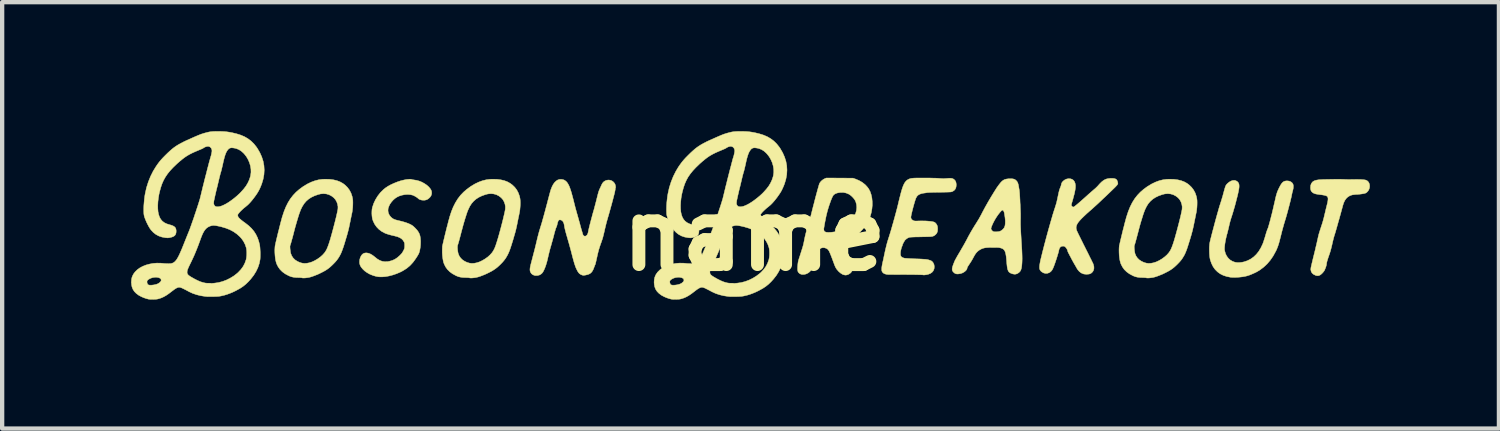
<source format=kicad_pcb>
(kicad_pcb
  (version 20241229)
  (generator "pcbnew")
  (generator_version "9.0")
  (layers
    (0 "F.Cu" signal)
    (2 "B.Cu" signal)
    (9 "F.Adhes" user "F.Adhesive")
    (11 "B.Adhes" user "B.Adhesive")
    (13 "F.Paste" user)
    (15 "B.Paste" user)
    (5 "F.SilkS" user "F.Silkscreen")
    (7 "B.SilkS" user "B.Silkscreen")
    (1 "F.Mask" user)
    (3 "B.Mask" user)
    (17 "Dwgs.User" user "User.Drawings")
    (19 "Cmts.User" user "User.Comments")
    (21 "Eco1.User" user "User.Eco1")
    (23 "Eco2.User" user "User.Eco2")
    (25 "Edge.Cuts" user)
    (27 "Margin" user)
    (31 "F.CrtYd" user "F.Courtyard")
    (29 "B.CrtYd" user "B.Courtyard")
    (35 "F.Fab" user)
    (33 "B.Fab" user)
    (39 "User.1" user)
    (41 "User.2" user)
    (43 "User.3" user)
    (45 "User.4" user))
  (footprint "name"
    (layer "F.Cu")
    (at 14.489 2.412)
    (property "Reference" "name" (at 0 0 0) (layer "F.SilkS") (effects (font (size 1.524 1.524) (thickness 0.3))))
    (attr through_hole)
    (fp_poly (pts (xy 13.615 -1.294) (xy 13.656 -1.293) (xy 13.689 -1.292) (xy 13.711 -1.291) (xy 13.713 -1.291) (xy 13.735 -1.29) (xy 13.767 -1.289) (xy 13.806 -1.288) (xy 13.849 -1.288) (xy 13.893 -1.289) (xy 13.9 -1.289) (xy 13.969 -1.29) (xy 14.032 -1.29) (xy 14.089 -1.289) (xy 14.138 -1.286) (xy 14.178 -1.282) (xy 14.207 -1.277) (xy 14.212 -1.276) (xy 14.245 -1.261) (xy 14.271 -1.238) (xy 14.29 -1.208) (xy 14.301 -1.173) (xy 14.305 -1.136) (xy 14.301 -1.097) (xy 14.289 -1.059) (xy 14.27 -1.025) (xy 14.243 -0.995) (xy 14.221 -0.978) (xy 14.2 -0.969) (xy 14.168 -0.961) (xy 14.127 -0.954) (xy 14.079 -0.948) (xy 14.025 -0.943) (xy 14.011 -0.943) (xy 13.977 -0.94) (xy 13.943 -0.937) (xy 13.915 -0.933) (xy 13.895 -0.93) (xy 13.843 -0.911) (xy 13.797 -0.883) (xy 13.759 -0.847) (xy 13.726 -0.8) (xy 13.7 -0.743) (xy 13.68 -0.681) (xy 13.671 -0.646) (xy 13.659 -0.602) (xy 13.645 -0.551) (xy 13.63 -0.495) (xy 13.613 -0.435) (xy 13.596 -0.373) (xy 13.578 -0.311) (xy 13.561 -0.25) (xy 13.545 -0.193) (xy 13.53 -0.141) (xy 13.517 -0.095) (xy 13.506 -0.058) (xy 13.498 -0.031) (xy 13.497 -0.029) (xy 13.484 0.012) (xy 13.473 0.05) (xy 13.463 0.085) (xy 13.454 0.123) (xy 13.444 0.164) (xy 13.433 0.213) (xy 13.421 0.265) (xy 13.41 0.309) (xy 13.397 0.358) (xy 13.383 0.405) (xy 13.369 0.447) (xy 13.366 0.456) (xy 13.344 0.518) (xy 13.327 0.571) (xy 13.314 0.614) (xy 13.306 0.648) (xy 13.303 0.671) (xy 13.303 0.671) (xy 13.301 0.691) (xy 13.294 0.719) (xy 13.284 0.752) (xy 13.271 0.784) (xy 13.259 0.814) (xy 13.247 0.837) (xy 13.245 0.839) (xy 13.226 0.864) (xy 13.202 0.891) (xy 13.177 0.914) (xy 13.153 0.932) (xy 13.146 0.936) (xy 13.116 0.947) (xy 13.085 0.949) (xy 13.051 0.941) (xy 13.037 0.935) (xy 12.995 0.913) (xy 12.964 0.884) (xy 12.945 0.85) (xy 12.936 0.809) (xy 12.938 0.773) (xy 12.94 0.759) (xy 12.945 0.735) (xy 12.953 0.702) (xy 12.962 0.661) (xy 12.974 0.613) (xy 12.986 0.562) (xy 12.999 0.507) (xy 13.002 0.498) (xy 13.016 0.44) (xy 13.031 0.38) (xy 13.045 0.322) (xy 13.057 0.268) (xy 13.069 0.22) (xy 13.078 0.18) (xy 13.084 0.152) (xy 13.097 0.096) (xy 13.107 0.049) (xy 13.117 0.008) (xy 13.127 -0.03) (xy 13.139 -0.068) (xy 13.152 -0.111) (xy 13.168 -0.16) (xy 13.179 -0.194) (xy 13.194 -0.239) (xy 13.209 -0.286) (xy 13.222 -0.331) (xy 13.233 -0.371) (xy 13.241 -0.403) (xy 13.243 -0.41) (xy 13.251 -0.444) (xy 13.261 -0.486) (xy 13.272 -0.531) (xy 13.282 -0.575) (xy 13.285 -0.587) (xy 13.299 -0.643) (xy 13.31 -0.688) (xy 13.319 -0.724) (xy 13.326 -0.753) (xy 13.33 -0.775) (xy 13.333 -0.793) (xy 13.335 -0.809) (xy 13.336 -0.822) (xy 13.337 -0.83) (xy 13.336 -0.855) (xy 13.331 -0.876) (xy 13.32 -0.893) (xy 13.303 -0.906) (xy 13.277 -0.916) (xy 13.242 -0.924) (xy 13.196 -0.932) (xy 13.16 -0.936) (xy 13.11 -0.943) (xy 13.071 -0.949) (xy 13.04 -0.956) (xy 13.015 -0.965) (xy 12.994 -0.975) (xy 12.98 -0.984) (xy 12.955 -1.007) (xy 12.939 -1.035) (xy 12.931 -1.07) (xy 12.929 -1.105) (xy 12.934 -1.154) (xy 12.949 -1.195) (xy 12.973 -1.228) (xy 12.983 -1.237) (xy 13.007 -1.253) (xy 13.034 -1.265) (xy 13.068 -1.274) (xy 13.11 -1.281) (xy 13.132 -1.283) (xy 13.158 -1.285) (xy 13.194 -1.287) (xy 13.238 -1.289) (xy 13.288 -1.29) (xy 13.343 -1.291) (xy 13.4 -1.292) (xy 13.458 -1.293) (xy 13.514 -1.294) (xy 13.567 -1.294) (xy 13.615 -1.294)) (stroke (width 0.01) (type solid)) (fill yes) (layer "F.SilkS"))
    (fp_poly (pts (xy -7.979 -1.294) (xy -7.97 -1.291) (xy -7.969 -1.29) (xy -7.963 -1.287) (xy -7.948 -1.284) (xy -7.926 -1.281) (xy -7.92 -1.28) (xy -7.855 -1.27) (xy -7.79 -1.252) (xy -7.727 -1.226) (xy -7.668 -1.193) (xy -7.614 -1.156) (xy -7.568 -1.114) (xy -7.532 -1.07) (xy -7.517 -1.045) (xy -7.505 -1.01) (xy -7.502 -0.971) (xy -7.509 -0.933) (xy -7.52 -0.907) (xy -7.544 -0.874) (xy -7.576 -0.845) (xy -7.609 -0.823) (xy -7.628 -0.816) (xy -7.662 -0.808) (xy -7.701 -0.807) (xy -7.739 -0.811) (xy -7.773 -0.821) (xy -7.802 -0.835) (xy -7.817 -0.848) (xy -7.831 -0.861) (xy -7.852 -0.876) (xy -7.878 -0.892) (xy -7.905 -0.907) (xy -7.93 -0.919) (xy -7.941 -0.924) (xy -7.999 -0.937) (xy -8.062 -0.942) (xy -8.129 -0.937) (xy -8.196 -0.924) (xy -8.261 -0.903) (xy -8.31 -0.879) (xy -8.354 -0.85) (xy -8.398 -0.811) (xy -8.438 -0.766) (xy -8.471 -0.719) (xy -8.482 -0.699) (xy -8.495 -0.67) (xy -8.507 -0.64) (xy -8.514 -0.615) (xy -8.516 -0.608) (xy -8.518 -0.558) (xy -8.509 -0.509) (xy -8.488 -0.463) (xy -8.456 -0.421) (xy -8.444 -0.409) (xy -8.416 -0.386) (xy -8.384 -0.367) (xy -8.345 -0.352) (xy -8.297 -0.339) (xy -8.276 -0.334) (xy -8.189 -0.313) (xy -8.111 -0.29) (xy -8.045 -0.266) (xy -8.007 -0.249) (xy -7.98 -0.235) (xy -7.957 -0.221) (xy -7.936 -0.206) (xy -7.913 -0.185) (xy -7.886 -0.159) (xy -7.845 -0.115) (xy -7.814 -0.072) (xy -7.79 -0.028) (xy -7.774 0.02) (xy -7.765 0.074) (xy -7.76 0.137) (xy -7.76 0.168) (xy -7.762 0.23) (xy -7.768 0.291) (xy -7.778 0.348) (xy -7.79 0.398) (xy -7.798 0.421) (xy -7.808 0.443) (xy -7.825 0.473) (xy -7.847 0.509) (xy -7.871 0.546) (xy -7.898 0.584) (xy -7.924 0.62) (xy -7.942 0.643) (xy -8.008 0.714) (xy -8.082 0.776) (xy -8.167 0.83) (xy -8.23 0.863) (xy -8.316 0.9) (xy -8.403 0.93) (xy -8.489 0.953) (xy -8.572 0.968) (xy -8.65 0.975) (xy -8.722 0.974) (xy -8.75 0.971) (xy -8.798 0.962) (xy -8.852 0.947) (xy -8.906 0.927) (xy -8.95 0.908) (xy -9.007 0.875) (xy -9.06 0.837) (xy -9.105 0.794) (xy -9.142 0.749) (xy -9.164 0.711) (xy -9.177 0.671) (xy -9.181 0.626) (xy -9.177 0.578) (xy -9.164 0.531) (xy -9.144 0.489) (xy -9.122 0.458) (xy -9.098 0.437) (xy -9.07 0.424) (xy -9.036 0.418) (xy -9.014 0.418) (xy -8.977 0.424) (xy -8.935 0.439) (xy -8.89 0.464) (xy -8.845 0.496) (xy -8.821 0.516) (xy -8.764 0.561) (xy -8.708 0.593) (xy -8.651 0.614) (xy -8.591 0.622) (xy -8.528 0.62) (xy -8.489 0.613) (xy -8.42 0.594) (xy -8.358 0.566) (xy -8.3 0.527) (xy -8.243 0.477) (xy -8.242 0.476) (xy -8.215 0.448) (xy -8.194 0.424) (xy -8.178 0.4) (xy -8.163 0.372) (xy -8.159 0.366) (xy -8.146 0.339) (xy -8.138 0.319) (xy -8.134 0.302) (xy -8.132 0.282) (xy -8.131 0.256) (xy -8.131 0.248) (xy -8.132 0.219) (xy -8.133 0.198) (xy -8.137 0.182) (xy -8.143 0.166) (xy -8.15 0.154) (xy -8.175 0.117) (xy -8.206 0.087) (xy -8.246 0.063) (xy -8.295 0.042) (xy -8.355 0.026) (xy -8.37 0.022) (xy -8.444 0.005) (xy -8.51 -0.013) (xy -8.566 -0.032) (xy -8.595 -0.044) (xy -8.667 -0.083) (xy -8.73 -0.131) (xy -8.784 -0.187) (xy -8.829 -0.251) (xy -8.863 -0.321) (xy -8.878 -0.365) (xy -8.886 -0.403) (xy -8.891 -0.448) (xy -8.894 -0.498) (xy -8.893 -0.548) (xy -8.89 -0.594) (xy -8.883 -0.633) (xy -8.881 -0.641) (xy -8.85 -0.734) (xy -8.808 -0.822) (xy -8.756 -0.906) (xy -8.696 -0.983) (xy -8.628 -1.051) (xy -8.578 -1.092) (xy -8.521 -1.13) (xy -8.454 -1.167) (xy -8.38 -1.201) (xy -8.303 -1.232) (xy -8.225 -1.258) (xy -8.149 -1.277) (xy -8.088 -1.289) (xy -8.055 -1.292) (xy -8.024 -1.295) (xy -7.998 -1.295) (xy -7.979 -1.294)) (stroke (width 0.01) (type solid)) (fill yes) (layer "F.SilkS"))
    (fp_poly (pts (xy -9.872 -1.293) (xy -9.784 -1.281) (xy -9.705 -1.262) (xy -9.634 -1.235) (xy -9.569 -1.199) (xy -9.523 -1.165) (xy -9.465 -1.109) (xy -9.417 -1.046) (xy -9.379 -0.975) (xy -9.353 -0.899) (xy -9.341 -0.842) (xy -9.336 -0.801) (xy -9.335 -0.751) (xy -9.336 -0.696) (xy -9.339 -0.639) (xy -9.345 -0.583) (xy -9.352 -0.532) (xy -9.356 -0.511) (xy -9.363 -0.481) (xy -9.371 -0.442) (xy -9.38 -0.397) (xy -9.39 -0.349) (xy -9.399 -0.302) (xy -9.401 -0.295) (xy -9.411 -0.244) (xy -9.42 -0.201) (xy -9.428 -0.162) (xy -9.437 -0.126) (xy -9.446 -0.09) (xy -9.456 -0.053) (xy -9.467 -0.012) (xy -9.481 0.036) (xy -9.498 0.092) (xy -9.51 0.132) (xy -9.532 0.206) (xy -9.552 0.269) (xy -9.571 0.323) (xy -9.588 0.369) (xy -9.604 0.41) (xy -9.621 0.447) (xy -9.639 0.481) (xy -9.658 0.514) (xy -9.68 0.548) (xy -9.683 0.552) (xy -9.709 0.588) (xy -9.744 0.629) (xy -9.784 0.671) (xy -9.827 0.713) (xy -9.87 0.752) (xy -9.909 0.783) (xy -9.953 0.813) (xy -10.007 0.845) (xy -10.067 0.876) (xy -10.13 0.907) (xy -10.195 0.934) (xy -10.257 0.958) (xy -10.314 0.977) (xy -10.33 0.981) (xy -10.363 0.989) (xy -10.398 0.994) (xy -10.434 0.999) (xy -10.468 1.001) (xy -10.495 1.001) (xy -10.514 0.999) (xy -10.519 0.997) (xy -10.53 0.995) (xy -10.551 0.993) (xy -10.578 0.992) (xy -10.609 0.991) (xy -10.67 0.989) (xy -10.722 0.982) (xy -10.77 0.971) (xy -10.816 0.953) (xy -10.831 0.946) (xy -10.908 0.905) (xy -10.974 0.857) (xy -11.028 0.803) (xy -11.072 0.742) (xy -11.106 0.675) (xy -11.118 0.639) (xy -11.13 0.592) (xy -11.139 0.536) (xy -11.145 0.475) (xy -11.149 0.411) (xy -11.15 0.348) (xy -11.147 0.29) (xy -11.146 0.28) (xy -10.797 0.28) (xy -10.796 0.308) (xy -10.793 0.34) (xy -10.789 0.372) (xy -10.785 0.402) (xy -10.78 0.427) (xy -10.778 0.432) (xy -10.757 0.486) (xy -10.724 0.535) (xy -10.681 0.578) (xy -10.627 0.613) (xy -10.574 0.638) (xy -10.518 0.655) (xy -10.464 0.662) (xy -10.407 0.659) (xy -10.346 0.647) (xy -10.282 0.626) (xy -10.217 0.595) (xy -10.153 0.557) (xy -10.093 0.514) (xy -10.04 0.467) (xy -9.996 0.418) (xy -9.986 0.404) (xy -9.967 0.376) (xy -9.951 0.349) (xy -9.937 0.32) (xy -9.923 0.287) (xy -9.907 0.245) (xy -9.893 0.205) (xy -9.879 0.162) (xy -9.863 0.111) (xy -9.846 0.051) (xy -9.828 -0.013) (xy -9.809 -0.082) (xy -9.79 -0.153) (xy -9.771 -0.225) (xy -9.753 -0.295) (xy -9.736 -0.363) (xy -9.72 -0.427) (xy -9.707 -0.485) (xy -9.696 -0.535) (xy -9.688 -0.576) (xy -9.683 -0.6) (xy -9.681 -0.656) (xy -9.691 -0.713) (xy -9.71 -0.769) (xy -9.739 -0.82) (xy -9.776 -0.863) (xy -9.779 -0.866) (xy -9.832 -0.906) (xy -9.89 -0.936) (xy -9.952 -0.954) (xy -10.018 -0.96) (xy -10.086 -0.954) (xy -10.145 -0.939) (xy -10.229 -0.909) (xy -10.302 -0.874) (xy -10.365 -0.833) (xy -10.42 -0.785) (xy -10.467 -0.73) (xy -10.509 -0.665) (xy -10.546 -0.59) (xy -10.559 -0.557) (xy -10.572 -0.522) (xy -10.588 -0.477) (xy -10.605 -0.423) (xy -10.623 -0.364) (xy -10.642 -0.3) (xy -10.661 -0.234) (xy -10.68 -0.167) (xy -10.697 -0.103) (xy -10.703 -0.079) (xy -10.721 -0.008) (xy -10.738 0.056) (xy -10.754 0.112) (xy -10.767 0.16) (xy -10.778 0.199) (xy -10.787 0.227) (xy -10.793 0.244) (xy -10.794 0.247) (xy -10.797 0.259) (xy -10.797 0.28) (xy -11.146 0.28) (xy -11.144 0.256) (xy -11.14 0.238) (xy -11.134 0.209) (xy -11.126 0.171) (xy -11.115 0.125) (xy -11.103 0.073) (xy -11.089 0.017) (xy -11.075 -0.043) (xy -11.059 -0.104) (xy -11.044 -0.165) (xy -11.029 -0.224) (xy -11.015 -0.28) (xy -11.001 -0.331) (xy -10.989 -0.376) (xy -10.979 -0.413) (xy -10.975 -0.425) (xy -10.936 -0.544) (xy -10.892 -0.653) (xy -10.843 -0.751) (xy -10.787 -0.841) (xy -10.724 -0.922) (xy -10.654 -0.996) (xy -10.575 -1.064) (xy -10.487 -1.128) (xy -10.481 -1.132) (xy -10.39 -1.186) (xy -10.303 -1.228) (xy -10.216 -1.26) (xy -10.13 -1.282) (xy -10.041 -1.294) (xy -9.97 -1.296) (xy -9.872 -1.293)) (stroke (width 0.01) (type solid)) (fill yes) (layer "F.SilkS"))
    (fp_poly (pts (xy -5.98 -1.293) (xy -5.892 -1.281) (xy -5.812 -1.262) (xy -5.741 -1.235) (xy -5.677 -1.199) (xy -5.631 -1.165) (xy -5.572 -1.109) (xy -5.524 -1.046) (xy -5.487 -0.975) (xy -5.46 -0.899) (xy -5.448 -0.842) (xy -5.444 -0.801) (xy -5.442 -0.751) (xy -5.443 -0.696) (xy -5.447 -0.639) (xy -5.452 -0.583) (xy -5.46 -0.532) (xy -5.464 -0.511) (xy -5.47 -0.481) (xy -5.478 -0.442) (xy -5.488 -0.397) (xy -5.497 -0.349) (xy -5.507 -0.302) (xy -5.508 -0.295) (xy -5.518 -0.244) (xy -5.527 -0.201) (xy -5.536 -0.162) (xy -5.544 -0.126) (xy -5.553 -0.09) (xy -5.563 -0.053) (xy -5.575 -0.012) (xy -5.589 0.036) (xy -5.605 0.092) (xy -5.617 0.132) (xy -5.64 0.206) (xy -5.66 0.269) (xy -5.678 0.323) (xy -5.695 0.369) (xy -5.712 0.41) (xy -5.729 0.447) (xy -5.747 0.481) (xy -5.766 0.514) (xy -5.787 0.548) (xy -5.79 0.552) (xy -5.817 0.588) (xy -5.851 0.629) (xy -5.891 0.671) (xy -5.934 0.713) (xy -5.977 0.752) (xy -6.017 0.783) (xy -6.061 0.813) (xy -6.114 0.845) (xy -6.174 0.876) (xy -6.238 0.907) (xy -6.302 0.934) (xy -6.364 0.958) (xy -6.421 0.977) (xy -6.438 0.981) (xy -6.47 0.989) (xy -6.506 0.994) (xy -6.542 0.999) (xy -6.575 1.001) (xy -6.603 1.001) (xy -6.622 0.999) (xy -6.626 0.997) (xy -6.637 0.995) (xy -6.658 0.993) (xy -6.686 0.992) (xy -6.716 0.991) (xy -6.777 0.989) (xy -6.829 0.982) (xy -6.877 0.971) (xy -6.924 0.953) (xy -6.939 0.946) (xy -7.015 0.905) (xy -7.081 0.857) (xy -7.136 0.803) (xy -7.18 0.742) (xy -7.213 0.675) (xy -7.226 0.639) (xy -7.237 0.592) (xy -7.246 0.536) (xy -7.253 0.475) (xy -7.257 0.411) (xy -7.257 0.348) (xy -7.255 0.29) (xy -7.254 0.28) (xy -6.904 0.28) (xy -6.903 0.308) (xy -6.901 0.34) (xy -6.897 0.372) (xy -6.892 0.402) (xy -6.887 0.427) (xy -6.886 0.432) (xy -6.864 0.486) (xy -6.831 0.535) (xy -6.788 0.578) (xy -6.735 0.613) (xy -6.681 0.638) (xy -6.626 0.655) (xy -6.571 0.662) (xy -6.514 0.659) (xy -6.454 0.647) (xy -6.39 0.626) (xy -6.325 0.595) (xy -6.261 0.557) (xy -6.201 0.514) (xy -6.148 0.467) (xy -6.104 0.418) (xy -6.093 0.404) (xy -6.075 0.376) (xy -6.059 0.349) (xy -6.044 0.32) (xy -6.03 0.287) (xy -6.014 0.245) (xy -6.001 0.205) (xy -5.987 0.162) (xy -5.971 0.111) (xy -5.953 0.051) (xy -5.935 -0.013) (xy -5.916 -0.082) (xy -5.897 -0.153) (xy -5.878 -0.225) (xy -5.86 -0.295) (xy -5.843 -0.363) (xy -5.828 -0.427) (xy -5.814 -0.485) (xy -5.803 -0.535) (xy -5.795 -0.576) (xy -5.791 -0.6) (xy -5.789 -0.656) (xy -5.798 -0.713) (xy -5.818 -0.769) (xy -5.846 -0.82) (xy -5.884 -0.863) (xy -5.887 -0.866) (xy -5.939 -0.906) (xy -5.997 -0.936) (xy -6.06 -0.954) (xy -6.125 -0.96) (xy -6.193 -0.954) (xy -6.252 -0.939) (xy -6.336 -0.909) (xy -6.409 -0.874) (xy -6.472 -0.833) (xy -6.527 -0.785) (xy -6.575 -0.73) (xy -6.617 -0.665) (xy -6.653 -0.59) (xy -6.667 -0.557) (xy -6.68 -0.522) (xy -6.695 -0.477) (xy -6.712 -0.423) (xy -6.731 -0.364) (xy -6.75 -0.3) (xy -6.769 -0.234) (xy -6.787 -0.167) (xy -6.804 -0.103) (xy -6.811 -0.079) (xy -6.829 -0.008) (xy -6.846 0.056) (xy -6.861 0.112) (xy -6.874 0.16) (xy -6.886 0.199) (xy -6.894 0.227) (xy -6.901 0.244) (xy -6.902 0.247) (xy -6.904 0.259) (xy -6.904 0.28) (xy -7.254 0.28) (xy -7.251 0.256) (xy -7.248 0.238) (xy -7.242 0.209) (xy -7.233 0.171) (xy -7.223 0.125) (xy -7.21 0.073) (xy -7.197 0.017) (xy -7.182 -0.043) (xy -7.167 -0.104) (xy -7.152 -0.165) (xy -7.136 -0.224) (xy -7.122 -0.28) (xy -7.109 -0.331) (xy -7.096 -0.376) (xy -7.086 -0.413) (xy -7.083 -0.425) (xy -7.044 -0.544) (xy -7 -0.653) (xy -6.95 -0.751) (xy -6.894 -0.841) (xy -6.832 -0.922) (xy -6.761 -0.996) (xy -6.682 -1.064) (xy -6.594 -1.128) (xy -6.588 -1.132) (xy -6.498 -1.186) (xy -6.41 -1.228) (xy -6.324 -1.26) (xy -6.237 -1.282) (xy -6.148 -1.294) (xy -6.077 -1.296) (xy -5.98 -1.293)) (stroke (width 0.01) (type solid)) (fill yes) (layer "F.SilkS"))
    (fp_poly (pts (xy 9.756 -1.293) (xy 9.844 -1.281) (xy 9.923 -1.262) (xy 9.994 -1.235) (xy 10.059 -1.199) (xy 10.104 -1.165) (xy 10.163 -1.109) (xy 10.211 -1.046) (xy 10.249 -0.975) (xy 10.275 -0.899) (xy 10.287 -0.842) (xy 10.292 -0.801) (xy 10.293 -0.751) (xy 10.292 -0.696) (xy 10.289 -0.639) (xy 10.283 -0.583) (xy 10.276 -0.532) (xy 10.271 -0.511) (xy 10.265 -0.481) (xy 10.257 -0.442) (xy 10.248 -0.397) (xy 10.238 -0.349) (xy 10.228 -0.302) (xy 10.227 -0.295) (xy 10.217 -0.244) (xy 10.208 -0.201) (xy 10.199 -0.162) (xy 10.191 -0.126) (xy 10.182 -0.09) (xy 10.172 -0.053) (xy 10.161 -0.012) (xy 10.147 0.036) (xy 10.13 0.092) (xy 10.118 0.132) (xy 10.095 0.206) (xy 10.075 0.269) (xy 10.057 0.323) (xy 10.04 0.369) (xy 10.023 0.41) (xy 10.007 0.447) (xy 9.989 0.481) (xy 9.969 0.514) (xy 9.948 0.548) (xy 9.945 0.552) (xy 9.919 0.588) (xy 9.884 0.629) (xy 9.844 0.671) (xy 9.801 0.713) (xy 9.758 0.752) (xy 9.719 0.783) (xy 9.675 0.813) (xy 9.621 0.845) (xy 9.561 0.876) (xy 9.498 0.907) (xy 9.433 0.934) (xy 9.371 0.958) (xy 9.314 0.977) (xy 9.298 0.981) (xy 9.265 0.989) (xy 9.229 0.994) (xy 9.193 0.999) (xy 9.16 1.001) (xy 9.133 1.001) (xy 9.113 0.999) (xy 9.109 0.997) (xy 9.098 0.995) (xy 9.077 0.993) (xy 9.05 0.992) (xy 9.019 0.991) (xy 8.958 0.989) (xy 8.906 0.982) (xy 8.858 0.971) (xy 8.812 0.953) (xy 8.797 0.946) (xy 8.72 0.905) (xy 8.654 0.857) (xy 8.599 0.803) (xy 8.556 0.742) (xy 8.522 0.675) (xy 8.51 0.639) (xy 8.498 0.592) (xy 8.489 0.536) (xy 8.482 0.475) (xy 8.479 0.411) (xy 8.478 0.348) (xy 8.48 0.29) (xy 8.482 0.28) (xy 8.831 0.28) (xy 8.832 0.308) (xy 8.835 0.34) (xy 8.838 0.372) (xy 8.843 0.402) (xy 8.848 0.427) (xy 8.849 0.432) (xy 8.871 0.486) (xy 8.904 0.535) (xy 8.947 0.578) (xy 9.001 0.613) (xy 9.054 0.638) (xy 9.109 0.655) (xy 9.164 0.662) (xy 9.221 0.659) (xy 9.282 0.647) (xy 9.346 0.626) (xy 9.411 0.595) (xy 9.475 0.557) (xy 9.534 0.514) (xy 9.588 0.467) (xy 9.632 0.418) (xy 9.642 0.404) (xy 9.661 0.376) (xy 9.677 0.349) (xy 9.691 0.32) (xy 9.705 0.287) (xy 9.721 0.245) (xy 9.735 0.205) (xy 9.749 0.162) (xy 9.765 0.111) (xy 9.782 0.051) (xy 9.8 -0.013) (xy 9.819 -0.082) (xy 9.838 -0.153) (xy 9.857 -0.225) (xy 9.875 -0.295) (xy 9.892 -0.363) (xy 9.908 -0.427) (xy 9.921 -0.485) (xy 9.932 -0.535) (xy 9.94 -0.576) (xy 9.944 -0.6) (xy 9.946 -0.656) (xy 9.937 -0.713) (xy 9.918 -0.769) (xy 9.889 -0.82) (xy 9.852 -0.863) (xy 9.849 -0.866) (xy 9.796 -0.906) (xy 9.738 -0.936) (xy 9.676 -0.954) (xy 9.61 -0.96) (xy 9.542 -0.954) (xy 9.483 -0.939) (xy 9.399 -0.909) (xy 9.326 -0.874) (xy 9.263 -0.833) (xy 9.208 -0.785) (xy 9.16 -0.73) (xy 9.119 -0.665) (xy 9.082 -0.59) (xy 9.069 -0.557) (xy 9.056 -0.522) (xy 9.04 -0.477) (xy 9.023 -0.423) (xy 9.005 -0.364) (xy 8.985 -0.3) (xy 8.966 -0.234) (xy 8.948 -0.167) (xy 8.931 -0.103) (xy 8.925 -0.079) (xy 8.906 -0.008) (xy 8.889 0.056) (xy 8.874 0.112) (xy 8.861 0.16) (xy 8.85 0.199) (xy 8.841 0.227) (xy 8.835 0.244) (xy 8.833 0.247) (xy 8.831 0.259) (xy 8.831 0.28) (xy 8.482 0.28) (xy 8.484 0.256) (xy 8.487 0.238) (xy 8.494 0.209) (xy 8.502 0.171) (xy 8.513 0.125) (xy 8.525 0.073) (xy 8.539 0.017) (xy 8.553 -0.043) (xy 8.568 -0.104) (xy 8.584 -0.165) (xy 8.599 -0.224) (xy 8.613 -0.28) (xy 8.627 -0.331) (xy 8.639 -0.376) (xy 8.649 -0.413) (xy 8.653 -0.425) (xy 8.692 -0.544) (xy 8.736 -0.653) (xy 8.785 -0.751) (xy 8.841 -0.841) (xy 8.904 -0.922) (xy 8.974 -0.996) (xy 9.053 -1.064) (xy 9.141 -1.128) (xy 9.147 -1.132) (xy 9.238 -1.186) (xy 9.325 -1.228) (xy 9.411 -1.26) (xy 9.498 -1.282) (xy 9.587 -1.294) (xy 9.658 -1.296) (xy 9.756 -1.293)) (stroke (width 0.01) (type solid)) (fill yes) (layer "F.SilkS"))
    (fp_poly (pts (xy 11.194 -1.261) (xy 11.226 -1.242) (xy 11.238 -1.231) (xy 11.25 -1.216) (xy 11.259 -1.199) (xy 11.266 -1.18) (xy 11.269 -1.157) (xy 11.27 -1.13) (xy 11.268 -1.096) (xy 11.262 -1.057) (xy 11.253 -1.009) (xy 11.241 -0.953) (xy 11.225 -0.887) (xy 11.205 -0.81) (xy 11.196 -0.773) (xy 11.181 -0.716) (xy 11.165 -0.657) (xy 11.148 -0.6) (xy 11.132 -0.545) (xy 11.118 -0.497) (xy 11.105 -0.457) (xy 11.1 -0.441) (xy 11.081 -0.383) (xy 11.062 -0.319) (xy 11.045 -0.253) (xy 11.033 -0.2) (xy 11.023 -0.157) (xy 11.013 -0.115) (xy 11.003 -0.077) (xy 10.995 -0.044) (xy 10.989 -0.021) (xy 10.988 -0.021) (xy 10.975 0.029) (xy 10.961 0.088) (xy 10.949 0.15) (xy 10.939 0.211) (xy 10.934 0.255) (xy 10.931 0.29) (xy 10.93 0.316) (xy 10.93 0.339) (xy 10.934 0.362) (xy 10.937 0.378) (xy 10.955 0.44) (xy 10.984 0.496) (xy 11.021 0.545) (xy 11.066 0.585) (xy 11.118 0.615) (xy 11.175 0.635) (xy 11.223 0.642) (xy 11.277 0.642) (xy 11.335 0.636) (xy 11.382 0.626) (xy 11.463 0.599) (xy 11.538 0.561) (xy 11.607 0.512) (xy 11.67 0.452) (xy 11.726 0.382) (xy 11.775 0.301) (xy 11.818 0.211) (xy 11.836 0.163) (xy 11.844 0.137) (xy 11.855 0.103) (xy 11.868 0.063) (xy 11.88 0.022) (xy 11.888 -0.005) (xy 11.899 -0.043) (xy 11.91 -0.078) (xy 11.921 -0.109) (xy 11.929 -0.131) (xy 11.935 -0.143) (xy 11.94 -0.156) (xy 11.949 -0.181) (xy 11.959 -0.216) (xy 11.971 -0.259) (xy 11.985 -0.309) (xy 12 -0.365) (xy 12.015 -0.426) (xy 12.032 -0.49) (xy 12.048 -0.556) (xy 12.064 -0.624) (xy 12.079 -0.69) (xy 12.094 -0.754) (xy 12.108 -0.815) (xy 12.119 -0.865) (xy 12.129 -0.907) (xy 12.139 -0.941) (xy 12.148 -0.971) (xy 12.157 -0.999) (xy 12.168 -1.025) (xy 12.18 -1.052) (xy 12.194 -1.082) (xy 12.205 -1.104) (xy 12.231 -1.153) (xy 12.255 -1.191) (xy 12.279 -1.219) (xy 12.304 -1.239) (xy 12.332 -1.251) (xy 12.364 -1.256) (xy 12.387 -1.257) (xy 12.431 -1.252) (xy 12.47 -1.237) (xy 12.501 -1.213) (xy 12.52 -1.186) (xy 12.529 -1.159) (xy 12.531 -1.123) (xy 12.528 -1.081) (xy 12.518 -1.036) (xy 12.514 -1.019) (xy 12.505 -0.988) (xy 12.498 -0.955) (xy 12.492 -0.927) (xy 12.491 -0.921) (xy 12.488 -0.902) (xy 12.481 -0.873) (xy 12.472 -0.835) (xy 12.461 -0.789) (xy 12.448 -0.738) (xy 12.434 -0.684) (xy 12.419 -0.627) (xy 12.404 -0.57) (xy 12.389 -0.514) (xy 12.374 -0.461) (xy 12.36 -0.412) (xy 12.348 -0.37) (xy 12.341 -0.349) (xy 12.325 -0.296) (xy 12.311 -0.25) (xy 12.299 -0.206) (xy 12.287 -0.164) (xy 12.275 -0.12) (xy 12.262 -0.071) (xy 12.248 -0.015) (xy 12.236 0.034) (xy 12.219 0.099) (xy 12.205 0.154) (xy 12.192 0.2) (xy 12.179 0.24) (xy 12.167 0.275) (xy 12.154 0.307) (xy 12.141 0.34) (xy 12.125 0.373) (xy 12.119 0.384) (xy 12.061 0.49) (xy 11.995 0.586) (xy 11.922 0.672) (xy 11.841 0.748) (xy 11.754 0.814) (xy 11.684 0.856) (xy 11.643 0.877) (xy 11.596 0.898) (xy 11.548 0.919) (xy 11.501 0.937) (xy 11.46 0.95) (xy 11.454 0.952) (xy 11.407 0.963) (xy 11.351 0.973) (xy 11.291 0.98) (xy 11.23 0.985) (xy 11.172 0.988) (xy 11.118 0.987) (xy 11.073 0.984) (xy 11.071 0.984) (xy 10.982 0.966) (xy 10.902 0.94) (xy 10.83 0.904) (xy 10.767 0.858) (xy 10.712 0.803) (xy 10.666 0.739) (xy 10.629 0.666) (xy 10.6 0.583) (xy 10.597 0.572) (xy 10.59 0.537) (xy 10.584 0.492) (xy 10.58 0.44) (xy 10.578 0.385) (xy 10.577 0.329) (xy 10.578 0.275) (xy 10.579 0.261) (xy 10.581 0.241) (xy 10.582 0.222) (xy 10.585 0.202) (xy 10.588 0.181) (xy 10.593 0.157) (xy 10.6 0.127) (xy 10.608 0.092) (xy 10.619 0.05) (xy 10.632 -0.001) (xy 10.648 -0.063) (xy 10.655 -0.089) (xy 10.685 -0.202) (xy 10.712 -0.304) (xy 10.737 -0.395) (xy 10.76 -0.478) (xy 10.781 -0.551) (xy 10.8 -0.618) (xy 10.818 -0.678) (xy 10.836 -0.733) (xy 10.846 -0.765) (xy 10.86 -0.808) (xy 10.873 -0.854) (xy 10.887 -0.898) (xy 10.897 -0.937) (xy 10.903 -0.958) (xy 10.913 -0.996) (xy 10.924 -1.036) (xy 10.935 -1.074) (xy 10.942 -1.098) (xy 10.952 -1.127) (xy 10.961 -1.148) (xy 10.971 -1.165) (xy 10.985 -1.181) (xy 10.997 -1.194) (xy 11.038 -1.228) (xy 11.079 -1.252) (xy 11.119 -1.266) (xy 11.158 -1.269) (xy 11.194 -1.261)) (stroke (width 0.01) (type solid)) (fill yes) (layer "F.SilkS"))
    (fp_poly (pts (xy 1.983 -1.322) (xy 2.293 -1.32) (xy 2.348 -1.301) (xy 2.433 -1.265) (xy 2.508 -1.222) (xy 2.573 -1.171) (xy 2.628 -1.112) (xy 2.658 -1.07) (xy 2.691 -1.008) (xy 2.715 -0.937) (xy 2.732 -0.86) (xy 2.74 -0.778) (xy 2.741 -0.693) (xy 2.733 -0.607) (xy 2.718 -0.521) (xy 2.695 -0.436) (xy 2.664 -0.355) (xy 2.626 -0.279) (xy 2.613 -0.256) (xy 2.57 -0.196) (xy 2.518 -0.132) (xy 2.456 -0.066) (xy 2.387 -0.000379) (xy 2.312 0.064) (xy 2.25 0.113) (xy 2.212 0.145) (xy 2.184 0.175) (xy 2.164 0.206) (xy 2.151 0.241) (xy 2.149 0.248) (xy 2.143 0.275) (xy 2.142 0.298) (xy 2.145 0.325) (xy 2.146 0.328) (xy 2.151 0.352) (xy 2.156 0.374) (xy 2.16 0.386) (xy 2.165 0.403) (xy 2.17 0.425) (xy 2.172 0.434) (xy 2.177 0.452) (xy 2.186 0.477) (xy 2.198 0.508) (xy 2.212 0.541) (xy 2.216 0.55) (xy 2.238 0.601) (xy 2.255 0.642) (xy 2.268 0.677) (xy 2.276 0.706) (xy 2.282 0.732) (xy 2.284 0.756) (xy 2.282 0.801) (xy 2.269 0.841) (xy 2.244 0.876) (xy 2.233 0.886) (xy 2.193 0.914) (xy 2.152 0.93) (xy 2.112 0.934) (xy 2.07 0.924) (xy 2.047 0.915) (xy 2.002 0.886) (xy 1.958 0.848) (xy 1.919 0.803) (xy 1.909 0.789) (xy 1.894 0.765) (xy 1.879 0.736) (xy 1.864 0.7) (xy 1.847 0.654) (xy 1.841 0.638) (xy 1.816 0.57) (xy 1.793 0.509) (xy 1.772 0.456) (xy 1.754 0.413) (xy 1.738 0.379) (xy 1.726 0.359) (xy 1.703 0.331) (xy 1.67 0.311) (xy 1.628 0.298) (xy 1.59 0.296) (xy 1.552 0.306) (xy 1.517 0.327) (xy 1.504 0.339) (xy 1.487 0.359) (xy 1.468 0.388) (xy 1.45 0.421) (xy 1.433 0.455) (xy 1.42 0.486) (xy 1.417 0.495) (xy 1.413 0.51) (xy 1.406 0.533) (xy 1.397 0.562) (xy 1.386 0.594) (xy 1.385 0.597) (xy 1.375 0.631) (xy 1.366 0.665) (xy 1.36 0.696) (xy 1.356 0.718) (xy 1.346 0.768) (xy 1.324 0.812) (xy 1.29 0.852) (xy 1.289 0.854) (xy 1.25 0.884) (xy 1.209 0.905) (xy 1.167 0.917) (xy 1.126 0.92) (xy 1.088 0.915) (xy 1.054 0.9) (xy 1.027 0.875) (xy 1.025 0.873) (xy 1.015 0.857) (xy 1.009 0.838) (xy 1.005 0.813) (xy 1.004 0.781) (xy 1.005 0.74) (xy 1.009 0.695) (xy 1.011 0.67) (xy 1.014 0.649) (xy 1.017 0.628) (xy 1.022 0.605) (xy 1.029 0.579) (xy 1.039 0.547) (xy 1.052 0.507) (xy 1.068 0.458) (xy 1.069 0.453) (xy 1.089 0.392) (xy 1.105 0.341) (xy 1.119 0.297) (xy 1.13 0.259) (xy 1.139 0.224) (xy 1.147 0.19) (xy 1.154 0.155) (xy 1.162 0.117) (xy 1.162 0.114) (xy 1.176 0.045) (xy 1.193 -0.026) (xy 1.213 -0.101) (xy 1.22 -0.125) (xy 1.613 -0.125) (xy 1.619 -0.099) (xy 1.635 -0.078) (xy 1.661 -0.065) (xy 1.665 -0.064) (xy 1.693 -0.06) (xy 1.73 -0.059) (xy 1.772 -0.061) (xy 1.816 -0.065) (xy 1.859 -0.071) (xy 1.894 -0.079) (xy 1.98 -0.107) (xy 2.061 -0.147) (xy 2.135 -0.196) (xy 2.201 -0.256) (xy 2.26 -0.325) (xy 2.31 -0.403) (xy 2.324 -0.431) (xy 2.355 -0.504) (xy 2.374 -0.575) (xy 2.38 -0.643) (xy 2.374 -0.708) (xy 2.357 -0.77) (xy 2.342 -0.803) (xy 2.319 -0.838) (xy 2.288 -0.874) (xy 2.253 -0.908) (xy 2.217 -0.936) (xy 2.191 -0.951) (xy 2.132 -0.975) (xy 2.073 -0.987) (xy 2.011 -0.988) (xy 1.987 -0.986) (xy 1.933 -0.977) (xy 1.889 -0.962) (xy 1.855 -0.941) (xy 1.835 -0.922) (xy 1.824 -0.904) (xy 1.809 -0.875) (xy 1.793 -0.838) (xy 1.775 -0.793) (xy 1.757 -0.742) (xy 1.738 -0.688) (xy 1.72 -0.632) (xy 1.703 -0.575) (xy 1.688 -0.519) (xy 1.687 -0.514) (xy 1.679 -0.483) (xy 1.67 -0.445) (xy 1.661 -0.402) (xy 1.652 -0.355) (xy 1.642 -0.308) (xy 1.634 -0.262) (xy 1.626 -0.219) (xy 1.62 -0.182) (xy 1.615 -0.151) (xy 1.613 -0.131) (xy 1.613 -0.125) (xy 1.22 -0.125) (xy 1.237 -0.184) (xy 1.251 -0.231) (xy 1.266 -0.279) (xy 1.282 -0.332) (xy 1.297 -0.387) (xy 1.311 -0.438) (xy 1.318 -0.467) (xy 1.342 -0.562) (xy 1.365 -0.653) (xy 1.388 -0.74) (xy 1.409 -0.823) (xy 1.429 -0.899) (xy 1.448 -0.969) (xy 1.465 -1.031) (xy 1.48 -1.085) (xy 1.493 -1.13) (xy 1.503 -1.165) (xy 1.511 -1.19) (xy 1.516 -1.202) (xy 1.539 -1.235) (xy 1.57 -1.266) (xy 1.606 -1.293) (xy 1.637 -1.309) (xy 1.673 -1.324) (xy 1.983 -1.322)) (stroke (width 0.01) (type solid)) (fill yes) (layer "F.SilkS"))
    (fp_poly (pts (xy 6.013 -1.303) (xy 6.043 -1.295) (xy 6.068 -1.281) (xy 6.087 -1.265) (xy 6.109 -1.239) (xy 6.125 -1.207) (xy 6.137 -1.167) (xy 6.144 -1.131) (xy 6.149 -1.1) (xy 6.154 -1.068) (xy 6.159 -1.042) (xy 6.159 -1.039) (xy 6.161 -1.021) (xy 6.164 -0.993) (xy 6.167 -0.957) (xy 6.169 -0.917) (xy 6.172 -0.874) (xy 6.172 -0.867) (xy 6.175 -0.815) (xy 6.177 -0.756) (xy 6.181 -0.695) (xy 6.183 -0.636) (xy 6.185 -0.597) (xy 6.187 -0.548) (xy 6.189 -0.494) (xy 6.189 -0.441) (xy 6.189 -0.392) (xy 6.188 -0.356) (xy 6.187 -0.332) (xy 6.187 -0.307) (xy 6.187 -0.281) (xy 6.187 -0.252) (xy 6.188 -0.22) (xy 6.189 -0.183) (xy 6.191 -0.14) (xy 6.193 -0.091) (xy 6.196 -0.033) (xy 6.2 0.033) (xy 6.204 0.108) (xy 6.21 0.195) (xy 6.214 0.267) (xy 6.219 0.351) (xy 6.222 0.425) (xy 6.224 0.49) (xy 6.225 0.548) (xy 6.224 0.601) (xy 6.222 0.651) (xy 6.218 0.7) (xy 6.217 0.716) (xy 6.209 0.77) (xy 6.196 0.813) (xy 6.177 0.848) (xy 6.15 0.875) (xy 6.117 0.897) (xy 6.112 0.899) (xy 6.079 0.911) (xy 6.047 0.913) (xy 6.009 0.907) (xy 5.993 0.902) (xy 5.963 0.891) (xy 5.938 0.877) (xy 5.918 0.86) (xy 5.903 0.838) (xy 5.891 0.809) (xy 5.882 0.773) (xy 5.875 0.727) (xy 5.869 0.67) (xy 5.867 0.641) (xy 5.861 0.568) (xy 5.855 0.507) (xy 5.847 0.456) (xy 5.838 0.415) (xy 5.826 0.382) (xy 5.811 0.355) (xy 5.793 0.335) (xy 5.771 0.32) (xy 5.745 0.309) (xy 5.714 0.3) (xy 5.712 0.299) (xy 5.7 0.297) (xy 5.689 0.295) (xy 5.676 0.293) (xy 5.661 0.292) (xy 5.64 0.292) (xy 5.613 0.291) (xy 5.578 0.291) (xy 5.532 0.291) (xy 5.511 0.291) (xy 5.451 0.292) (xy 5.401 0.295) (xy 5.36 0.3) (xy 5.325 0.308) (xy 5.293 0.319) (xy 5.267 0.331) (xy 5.227 0.354) (xy 5.191 0.382) (xy 5.159 0.415) (xy 5.129 0.457) (xy 5.099 0.509) (xy 5.084 0.538) (xy 5.065 0.572) (xy 5.042 0.611) (xy 5.017 0.65) (xy 4.997 0.68) (xy 4.974 0.715) (xy 4.957 0.742) (xy 4.948 0.761) (xy 4.947 0.769) (xy 4.941 0.793) (xy 4.925 0.819) (xy 4.9 0.844) (xy 4.87 0.866) (xy 4.835 0.885) (xy 4.798 0.897) (xy 4.795 0.898) (xy 4.749 0.906) (xy 4.712 0.908) (xy 4.681 0.902) (xy 4.655 0.889) (xy 4.637 0.874) (xy 4.617 0.853) (xy 4.604 0.831) (xy 4.598 0.807) (xy 4.599 0.779) (xy 4.606 0.744) (xy 4.62 0.701) (xy 4.625 0.688) (xy 4.635 0.661) (xy 4.644 0.639) (xy 4.652 0.618) (xy 4.661 0.598) (xy 4.672 0.577) (xy 4.685 0.553) (xy 4.701 0.524) (xy 4.721 0.488) (xy 4.747 0.444) (xy 4.766 0.413) (xy 4.8 0.354) (xy 4.829 0.304) (xy 4.854 0.261) (xy 4.876 0.222) (xy 4.896 0.186) (xy 4.916 0.149) (xy 4.937 0.111) (xy 4.959 0.068) (xy 4.976 0.035) (xy 5 -0.008) (xy 5.028 -0.059) (xy 5.059 -0.111) (xy 5.077 -0.142) (xy 5.502 -0.142) (xy 5.502 -0.14) (xy 5.512 -0.117) (xy 5.531 -0.095) (xy 5.552 -0.08) (xy 5.563 -0.076) (xy 5.59 -0.072) (xy 5.624 -0.072) (xy 5.659 -0.075) (xy 5.692 -0.08) (xy 5.717 -0.088) (xy 5.751 -0.108) (xy 5.783 -0.136) (xy 5.808 -0.168) (xy 5.816 -0.185) (xy 5.828 -0.223) (xy 5.833 -0.272) (xy 5.834 -0.33) (xy 5.828 -0.396) (xy 5.827 -0.405) (xy 5.82 -0.452) (xy 5.814 -0.489) (xy 5.809 -0.517) (xy 5.803 -0.537) (xy 5.796 -0.552) (xy 5.789 -0.563) (xy 5.788 -0.564) (xy 5.777 -0.575) (xy 5.768 -0.577) (xy 5.758 -0.573) (xy 5.745 -0.564) (xy 5.728 -0.546) (xy 5.706 -0.521) (xy 5.682 -0.491) (xy 5.657 -0.458) (xy 5.635 -0.425) (xy 5.609 -0.385) (xy 5.584 -0.342) (xy 5.561 -0.299) (xy 5.541 -0.258) (xy 5.524 -0.219) (xy 5.511 -0.186) (xy 5.503 -0.16) (xy 5.502 -0.142) (xy 5.077 -0.142) (xy 5.09 -0.163) (xy 5.118 -0.21) (xy 5.122 -0.216) (xy 5.154 -0.266) (xy 5.18 -0.308) (xy 5.203 -0.345) (xy 5.223 -0.378) (xy 5.241 -0.411) (xy 5.26 -0.445) (xy 5.281 -0.484) (xy 5.304 -0.53) (xy 5.323 -0.565) (xy 5.344 -0.605) (xy 5.37 -0.653) (xy 5.4 -0.706) (xy 5.431 -0.761) (xy 5.463 -0.816) (xy 5.494 -0.868) (xy 5.498 -0.875) (xy 5.531 -0.929) (xy 5.558 -0.973) (xy 5.58 -1.009) (xy 5.599 -1.039) (xy 5.615 -1.064) (xy 5.629 -1.087) (xy 5.643 -1.107) (xy 5.658 -1.128) (xy 5.674 -1.15) (xy 5.691 -1.173) (xy 5.725 -1.216) (xy 5.756 -1.248) (xy 5.787 -1.272) (xy 5.82 -1.289) (xy 5.857 -1.299) (xy 5.902 -1.305) (xy 5.929 -1.307) (xy 5.976 -1.307) (xy 6.013 -1.303)) (stroke (width 0.01) (type solid)) (fill yes) (layer "F.SilkS"))
    (fp_poly (pts (xy 8.351 -1.314) (xy 8.385 -1.307) (xy 8.411 -1.294) (xy 8.429 -1.274) (xy 8.441 -1.246) (xy 8.446 -1.227) (xy 8.448 -1.217) (xy 8.45 -1.208) (xy 8.451 -1.199) (xy 8.45 -1.191) (xy 8.446 -1.181) (xy 8.44 -1.17) (xy 8.43 -1.156) (xy 8.415 -1.14) (xy 8.396 -1.119) (xy 8.371 -1.094) (xy 8.34 -1.064) (xy 8.302 -1.027) (xy 8.257 -0.984) (xy 8.204 -0.933) (xy 8.16 -0.891) (xy 8.107 -0.842) (xy 8.062 -0.799) (xy 8.023 -0.762) (xy 7.988 -0.729) (xy 7.955 -0.699) (xy 7.923 -0.67) (xy 7.89 -0.64) (xy 7.855 -0.608) (xy 7.815 -0.573) (xy 7.795 -0.556) (xy 7.726 -0.495) (xy 7.668 -0.44) (xy 7.618 -0.392) (xy 7.577 -0.349) (xy 7.544 -0.311) (xy 7.518 -0.276) (xy 7.5 -0.244) (xy 7.488 -0.214) (xy 7.482 -0.186) (xy 7.481 -0.158) (xy 7.486 -0.13) (xy 7.495 -0.101) (xy 7.495 -0.1) (xy 7.501 -0.087) (xy 7.512 -0.064) (xy 7.527 -0.032) (xy 7.547 0.009) (xy 7.57 0.055) (xy 7.596 0.108) (xy 7.625 0.166) (xy 7.655 0.227) (xy 7.687 0.29) (xy 7.688 0.293) (xy 7.72 0.356) (xy 7.751 0.417) (xy 7.779 0.474) (xy 7.805 0.527) (xy 7.829 0.574) (xy 7.848 0.614) (xy 7.864 0.646) (xy 7.875 0.669) (xy 7.88 0.682) (xy 7.88 0.683) (xy 7.893 0.731) (xy 7.895 0.776) (xy 7.886 0.818) (xy 7.867 0.854) (xy 7.838 0.884) (xy 7.807 0.902) (xy 7.784 0.909) (xy 7.753 0.913) (xy 7.718 0.914) (xy 7.684 0.912) (xy 7.654 0.907) (xy 7.647 0.905) (xy 7.597 0.883) (xy 7.554 0.85) (xy 7.517 0.807) (xy 7.502 0.783) (xy 7.492 0.766) (xy 7.478 0.741) (xy 7.461 0.711) (xy 7.443 0.681) (xy 7.442 0.679) (xy 7.423 0.646) (xy 7.403 0.61) (xy 7.385 0.577) (xy 7.372 0.553) (xy 7.356 0.521) (xy 7.337 0.486) (xy 7.319 0.452) (xy 7.315 0.443) (xy 7.301 0.418) (xy 7.291 0.396) (xy 7.285 0.38) (xy 7.283 0.374) (xy 7.279 0.356) (xy 7.269 0.333) (xy 7.254 0.309) (xy 7.237 0.288) (xy 7.23 0.28) (xy 7.214 0.268) (xy 7.198 0.262) (xy 7.177 0.26) (xy 7.173 0.26) (xy 7.141 0.265) (xy 7.116 0.279) (xy 7.097 0.304) (xy 7.083 0.339) (xy 7.077 0.368) (xy 7.073 0.386) (xy 7.066 0.414) (xy 7.055 0.449) (xy 7.043 0.49) (xy 7.029 0.535) (xy 7.014 0.581) (xy 6.999 0.626) (xy 6.984 0.669) (xy 6.97 0.707) (xy 6.962 0.729) (xy 6.942 0.777) (xy 6.922 0.815) (xy 6.9 0.843) (xy 6.876 0.864) (xy 6.849 0.88) (xy 6.806 0.894) (xy 6.764 0.894) (xy 6.722 0.883) (xy 6.682 0.859) (xy 6.671 0.85) (xy 6.657 0.837) (xy 6.646 0.822) (xy 6.637 0.806) (xy 6.631 0.787) (xy 6.629 0.763) (xy 6.629 0.735) (xy 6.632 0.701) (xy 6.639 0.66) (xy 6.648 0.611) (xy 6.661 0.553) (xy 6.678 0.485) (xy 6.697 0.406) (xy 6.702 0.387) (xy 6.722 0.31) (xy 6.743 0.228) (xy 6.766 0.142) (xy 6.789 0.055) (xy 6.813 -0.033) (xy 6.837 -0.12) (xy 6.861 -0.205) (xy 6.884 -0.286) (xy 6.906 -0.362) (xy 6.926 -0.431) (xy 6.944 -0.492) (xy 6.96 -0.543) (xy 6.971 -0.578) (xy 6.99 -0.635) (xy 7.005 -0.683) (xy 7.018 -0.725) (xy 7.029 -0.765) (xy 7.038 -0.806) (xy 7.048 -0.851) (xy 7.059 -0.904) (xy 7.065 -0.932) (xy 7.077 -0.988) (xy 7.088 -1.032) (xy 7.099 -1.068) (xy 7.109 -1.092) (xy 7.12 -1.119) (xy 7.129 -1.145) (xy 7.134 -1.166) (xy 7.135 -1.169) (xy 7.141 -1.196) (xy 7.151 -1.218) (xy 7.167 -1.239) (xy 7.189 -1.26) (xy 7.224 -1.285) (xy 7.263 -1.301) (xy 7.304 -1.308) (xy 7.345 -1.306) (xy 7.382 -1.295) (xy 7.413 -1.275) (xy 7.425 -1.263) (xy 7.445 -1.233) (xy 7.458 -1.196) (xy 7.465 -1.152) (xy 7.464 -1.1) (xy 7.456 -1.04) (xy 7.442 -0.97) (xy 7.437 -0.949) (xy 7.426 -0.909) (xy 7.415 -0.868) (xy 7.405 -0.829) (xy 7.396 -0.798) (xy 7.392 -0.784) (xy 7.381 -0.748) (xy 7.374 -0.722) (xy 7.37 -0.704) (xy 7.37 -0.69) (xy 7.373 -0.68) (xy 7.38 -0.671) (xy 7.383 -0.667) (xy 7.399 -0.653) (xy 7.414 -0.648) (xy 7.423 -0.651) (xy 7.439 -0.66) (xy 7.46 -0.676) (xy 7.489 -0.699) (xy 7.525 -0.729) (xy 7.569 -0.767) (xy 7.621 -0.813) (xy 7.682 -0.867) (xy 7.728 -0.908) (xy 7.764 -0.941) (xy 7.801 -0.973) (xy 7.835 -1.003) (xy 7.865 -1.029) (xy 7.889 -1.05) (xy 7.901 -1.06) (xy 7.928 -1.083) (xy 7.956 -1.11) (xy 7.981 -1.135) (xy 7.987 -1.142) (xy 8.032 -1.192) (xy 8.072 -1.232) (xy 8.11 -1.262) (xy 8.147 -1.285) (xy 8.186 -1.301) (xy 8.227 -1.31) (xy 8.273 -1.315) (xy 8.306 -1.316) (xy 8.351 -1.314)) (stroke (width 0.01) (type solid)) (fill yes) (layer "F.SilkS"))
    (fp_poly (pts (xy 4.009 -1.324) (xy 4.081 -1.323) (xy 4.147 -1.321) (xy 4.205 -1.32) (xy 4.254 -1.318) (xy 4.293 -1.315) (xy 4.294 -1.315) (xy 4.341 -1.312) (xy 4.379 -1.31) (xy 4.412 -1.31) (xy 4.445 -1.312) (xy 4.475 -1.314) (xy 4.525 -1.318) (xy 4.565 -1.318) (xy 4.597 -1.313) (xy 4.623 -1.303) (xy 4.645 -1.288) (xy 4.646 -1.287) (xy 4.671 -1.259) (xy 4.686 -1.225) (xy 4.693 -1.184) (xy 4.694 -1.162) (xy 4.689 -1.114) (xy 4.675 -1.073) (xy 4.651 -1.041) (xy 4.617 -1.017) (xy 4.603 -1.01) (xy 4.594 -1.006) (xy 4.585 -1.003) (xy 4.575 -1.001) (xy 4.562 -0.999) (xy 4.545 -0.998) (xy 4.523 -0.997) (xy 4.493 -0.996) (xy 4.456 -0.995) (xy 4.409 -0.994) (xy 4.352 -0.993) (xy 4.315 -0.993) (xy 4.258 -0.992) (xy 4.203 -0.991) (xy 4.153 -0.99) (xy 4.108 -0.989) (xy 4.071 -0.987) (xy 4.043 -0.986) (xy 4.025 -0.985) (xy 4.023 -0.984) (xy 3.996 -0.98) (xy 3.964 -0.975) (xy 3.937 -0.972) (xy 3.883 -0.961) (xy 3.839 -0.945) (xy 3.805 -0.924) (xy 3.778 -0.896) (xy 3.758 -0.859) (xy 3.757 -0.859) (xy 3.748 -0.835) (xy 3.737 -0.802) (xy 3.724 -0.761) (xy 3.711 -0.715) (xy 3.697 -0.666) (xy 3.684 -0.616) (xy 3.671 -0.567) (xy 3.66 -0.52) (xy 3.65 -0.478) (xy 3.643 -0.443) (xy 3.639 -0.417) (xy 3.639 -0.405) (xy 3.645 -0.379) (xy 3.662 -0.356) (xy 3.689 -0.337) (xy 3.697 -0.333) (xy 3.715 -0.327) (xy 3.736 -0.324) (xy 3.763 -0.324) (xy 3.781 -0.324) (xy 3.849 -0.326) (xy 3.916 -0.326) (xy 3.979 -0.325) (xy 4.038 -0.321) (xy 4.09 -0.316) (xy 4.134 -0.31) (xy 4.169 -0.302) (xy 4.188 -0.295) (xy 4.209 -0.279) (xy 4.23 -0.255) (xy 4.247 -0.225) (xy 4.255 -0.203) (xy 4.259 -0.178) (xy 4.261 -0.146) (xy 4.26 -0.112) (xy 4.256 -0.082) (xy 4.253 -0.069) (xy 4.238 -0.037) (xy 4.213 -0.008) (xy 4.182 0.016) (xy 4.161 0.026) (xy 4.151 0.03) (xy 4.141 0.033) (xy 4.13 0.035) (xy 4.116 0.037) (xy 4.098 0.039) (xy 4.075 0.04) (xy 4.045 0.041) (xy 4.007 0.042) (xy 3.959 0.043) (xy 3.9 0.044) (xy 3.873 0.045) (xy 3.802 0.046) (xy 3.741 0.047) (xy 3.69 0.049) (xy 3.65 0.051) (xy 3.621 0.053) (xy 3.604 0.055) (xy 3.602 0.056) (xy 3.564 0.072) (xy 3.53 0.096) (xy 3.505 0.118) (xy 3.494 0.133) (xy 3.481 0.155) (xy 3.467 0.179) (xy 3.455 0.203) (xy 3.446 0.224) (xy 3.442 0.237) (xy 3.442 0.239) (xy 3.439 0.249) (xy 3.433 0.264) (xy 3.432 0.265) (xy 3.422 0.29) (xy 3.413 0.322) (xy 3.404 0.359) (xy 3.398 0.395) (xy 3.396 0.425) (xy 3.396 0.425) (xy 3.397 0.464) (xy 3.406 0.493) (xy 3.424 0.514) (xy 3.451 0.529) (xy 3.486 0.54) (xy 3.501 0.542) (xy 3.526 0.544) (xy 3.561 0.546) (xy 3.603 0.549) (xy 3.651 0.551) (xy 3.704 0.554) (xy 3.756 0.556) (xy 3.82 0.558) (xy 3.873 0.56) (xy 3.916 0.563) (xy 3.95 0.565) (xy 3.978 0.567) (xy 4 0.57) (xy 4.018 0.572) (xy 4.034 0.576) (xy 4.04 0.577) (xy 4.066 0.585) (xy 4.089 0.592) (xy 4.105 0.599) (xy 4.107 0.599) (xy 4.138 0.622) (xy 4.161 0.654) (xy 4.177 0.692) (xy 4.183 0.733) (xy 4.18 0.777) (xy 4.176 0.794) (xy 4.158 0.836) (xy 4.129 0.87) (xy 4.091 0.896) (xy 4.043 0.915) (xy 4.035 0.917) (xy 4.004 0.924) (xy 3.975 0.928) (xy 3.949 0.931) (xy 3.931 0.931) (xy 3.922 0.929) (xy 3.915 0.928) (xy 3.896 0.927) (xy 3.867 0.926) (xy 3.83 0.925) (xy 3.785 0.924) (xy 3.734 0.923) (xy 3.679 0.922) (xy 3.643 0.922) (xy 3.583 0.922) (xy 3.525 0.921) (xy 3.471 0.921) (xy 3.422 0.921) (xy 3.38 0.92) (xy 3.347 0.92) (xy 3.325 0.92) (xy 3.318 0.92) (xy 3.292 0.92) (xy 3.257 0.92) (xy 3.219 0.921) (xy 3.18 0.921) (xy 3.178 0.921) (xy 3.119 0.921) (xy 3.072 0.916) (xy 3.034 0.906) (xy 3.004 0.891) (xy 2.982 0.871) (xy 2.968 0.85) (xy 2.961 0.826) (xy 2.96 0.79) (xy 2.963 0.745) (xy 2.972 0.69) (xy 2.978 0.663) (xy 2.985 0.629) (xy 2.995 0.587) (xy 3.005 0.54) (xy 3.015 0.491) (xy 3.025 0.444) (xy 3.026 0.442) (xy 3.041 0.369) (xy 3.056 0.306) (xy 3.07 0.248) (xy 3.084 0.194) (xy 3.1 0.139) (xy 3.118 0.081) (xy 3.134 0.032) (xy 3.145 -0.003) (xy 3.159 -0.048) (xy 3.175 -0.101) (xy 3.192 -0.16) (xy 3.209 -0.221) (xy 3.227 -0.282) (xy 3.242 -0.337) (xy 3.26 -0.401) (xy 3.275 -0.457) (xy 3.289 -0.507) (xy 3.301 -0.553) (xy 3.313 -0.598) (xy 3.325 -0.644) (xy 3.337 -0.693) (xy 3.35 -0.748) (xy 3.365 -0.81) (xy 3.383 -0.882) (xy 3.385 -0.889) (xy 3.406 -0.972) (xy 3.426 -1.043) (xy 3.445 -1.103) (xy 3.465 -1.154) (xy 3.485 -1.195) (xy 3.506 -1.229) (xy 3.529 -1.255) (xy 3.553 -1.276) (xy 3.574 -1.288) (xy 3.591 -1.297) (xy 3.607 -1.304) (xy 3.624 -1.309) (xy 3.643 -1.314) (xy 3.665 -1.317) (xy 3.692 -1.32) (xy 3.725 -1.322) (xy 3.765 -1.323) (xy 3.814 -1.324) (xy 3.873 -1.324) (xy 3.934 -1.324) (xy 4.009 -1.324)) (stroke (width 0.01) (type solid)) (fill yes) (layer "F.SilkS"))
    (fp_poly (pts (xy -4.453 -1.287) (xy -4.424 -1.277) (xy -4.401 -1.263) (xy -4.38 -1.247) (xy -4.36 -1.227) (xy -4.342 -1.202) (xy -4.324 -1.171) (xy -4.306 -1.135) (xy -4.289 -1.091) (xy -4.271 -1.039) (xy -4.252 -0.978) (xy -4.233 -0.907) (xy -4.211 -0.825) (xy -4.188 -0.732) (xy -4.185 -0.719) (xy -4.173 -0.673) (xy -4.16 -0.621) (xy -4.145 -0.568) (xy -4.132 -0.521) (xy -4.128 -0.506) (xy -4.118 -0.473) (xy -4.106 -0.43) (xy -4.092 -0.38) (xy -4.077 -0.326) (xy -4.061 -0.271) (xy -4.047 -0.216) (xy -4.045 -0.21) (xy -4.032 -0.161) (xy -4.019 -0.116) (xy -4.007 -0.076) (xy -3.997 -0.043) (xy -3.99 -0.017) (xy -3.984 -0.002) (xy -3.983 0.001) (xy -3.966 0.021) (xy -3.947 0.029) (xy -3.926 0.028) (xy -3.906 0.017) (xy -3.888 -0.002) (xy -3.874 -0.028) (xy -3.865 -0.06) (xy -3.863 -0.072) (xy -3.86 -0.089) (xy -3.854 -0.117) (xy -3.846 -0.153) (xy -3.835 -0.197) (xy -3.823 -0.246) (xy -3.809 -0.299) (xy -3.795 -0.354) (xy -3.78 -0.409) (xy -3.766 -0.462) (xy -3.752 -0.513) (xy -3.743 -0.544) (xy -3.729 -0.592) (xy -3.714 -0.648) (xy -3.698 -0.709) (xy -3.682 -0.77) (xy -3.667 -0.828) (xy -3.661 -0.854) (xy -3.647 -0.909) (xy -3.636 -0.953) (xy -3.626 -0.988) (xy -3.617 -1.017) (xy -3.608 -1.041) (xy -3.599 -1.062) (xy -3.592 -1.078) (xy -3.578 -1.106) (xy -3.566 -1.134) (xy -3.556 -1.156) (xy -3.553 -1.163) (xy -3.532 -1.203) (xy -3.504 -1.235) (xy -3.469 -1.258) (xy -3.431 -1.272) (xy -3.39 -1.277) (xy -3.35 -1.272) (xy -3.311 -1.257) (xy -3.277 -1.232) (xy -3.276 -1.23) (xy -3.259 -1.211) (xy -3.245 -1.19) (xy -3.242 -1.184) (xy -3.235 -1.166) (xy -3.23 -1.145) (xy -3.227 -1.123) (xy -3.226 -1.105) (xy -3.228 -1.094) (xy -3.23 -1.092) (xy -3.234 -1.087) (xy -3.234 -1.078) (xy -3.234 -1.066) (xy -3.237 -1.045) (xy -3.242 -1.018) (xy -3.247 -0.994) (xy -3.253 -0.966) (xy -3.263 -0.928) (xy -3.275 -0.882) (xy -3.288 -0.831) (xy -3.303 -0.775) (xy -3.318 -0.718) (xy -3.334 -0.661) (xy -3.349 -0.606) (xy -3.363 -0.557) (xy -3.375 -0.513) (xy -3.381 -0.492) (xy -3.411 -0.389) (xy -3.438 -0.294) (xy -3.461 -0.202) (xy -3.483 -0.11) (xy -3.483 -0.106) (xy -3.496 -0.051) (xy -3.507 -0.005) (xy -3.517 0.034) (xy -3.526 0.069) (xy -3.537 0.103) (xy -3.549 0.139) (xy -3.563 0.18) (xy -3.573 0.206) (xy -3.59 0.255) (xy -3.605 0.302) (xy -3.62 0.35) (xy -3.633 0.401) (xy -3.647 0.457) (xy -3.661 0.522) (xy -3.671 0.565) (xy -3.679 0.603) (xy -3.687 0.637) (xy -3.693 0.664) (xy -3.699 0.683) (xy -3.702 0.692) (xy -3.702 0.692) (xy -3.706 0.699) (xy -3.713 0.715) (xy -3.721 0.738) (xy -3.724 0.745) (xy -3.745 0.8) (xy -3.768 0.843) (xy -3.795 0.877) (xy -3.827 0.902) (xy -3.866 0.919) (xy -3.914 0.931) (xy -3.928 0.934) (xy -3.955 0.938) (xy -3.975 0.939) (xy -3.991 0.937) (xy -4.009 0.932) (xy -4.011 0.931) (xy -4.042 0.917) (xy -4.069 0.898) (xy -4.092 0.871) (xy -4.115 0.835) (xy -4.127 0.81) (xy -4.141 0.782) (xy -4.153 0.754) (xy -4.164 0.725) (xy -4.175 0.692) (xy -4.187 0.656) (xy -4.199 0.613) (xy -4.213 0.563) (xy -4.229 0.504) (xy -4.244 0.445) (xy -4.259 0.386) (xy -4.277 0.32) (xy -4.296 0.25) (xy -4.316 0.179) (xy -4.335 0.113) (xy -4.35 0.06) (xy -4.365 0.009) (xy -4.379 -0.04) (xy -4.391 -0.085) (xy -4.401 -0.124) (xy -4.408 -0.156) (xy -4.413 -0.178) (xy -4.414 -0.183) (xy -4.422 -0.235) (xy -4.432 -0.276) (xy -4.447 -0.307) (xy -4.465 -0.329) (xy -4.487 -0.343) (xy -4.495 -0.346) (xy -4.517 -0.351) (xy -4.535 -0.35) (xy -4.549 -0.341) (xy -4.561 -0.324) (xy -4.572 -0.296) (xy -4.582 -0.257) (xy -4.584 -0.246) (xy -4.591 -0.218) (xy -4.6 -0.192) (xy -4.608 -0.173) (xy -4.609 -0.171) (xy -4.615 -0.158) (xy -4.623 -0.135) (xy -4.632 -0.103) (xy -4.643 -0.067) (xy -4.654 -0.026) (xy -4.657 -0.012) (xy -4.67 0.038) (xy -4.685 0.094) (xy -4.701 0.151) (xy -4.716 0.204) (xy -4.727 0.244) (xy -4.741 0.291) (xy -4.755 0.341) (xy -4.768 0.391) (xy -4.779 0.437) (xy -4.786 0.464) (xy -4.8 0.526) (xy -4.812 0.578) (xy -4.823 0.622) (xy -4.834 0.659) (xy -4.844 0.693) (xy -4.855 0.725) (xy -4.867 0.758) (xy -4.872 0.77) (xy -4.894 0.821) (xy -4.916 0.862) (xy -4.939 0.892) (xy -4.965 0.914) (xy -4.994 0.93) (xy -5.001 0.933) (xy -5.042 0.943) (xy -5.084 0.945) (xy -5.123 0.938) (xy -5.126 0.936) (xy -5.161 0.919) (xy -5.187 0.896) (xy -5.205 0.865) (xy -5.212 0.848) (xy -5.216 0.831) (xy -5.218 0.811) (xy -5.217 0.788) (xy -5.214 0.76) (xy -5.207 0.725) (xy -5.197 0.682) (xy -5.183 0.629) (xy -5.173 0.59) (xy -5.143 0.474) (xy -5.111 0.352) (xy -5.08 0.227) (xy -5.051 0.105) (xy -5.039 0.055) (xy -5.028 0.013) (xy -5.015 -0.037) (xy -5.001 -0.088) (xy -4.986 -0.136) (xy -4.981 -0.154) (xy -4.962 -0.215) (xy -4.94 -0.287) (xy -4.917 -0.369) (xy -4.892 -0.458) (xy -4.866 -0.554) (xy -4.839 -0.655) (xy -4.811 -0.76) (xy -4.801 -0.8) (xy -4.787 -0.851) (xy -4.774 -0.902) (xy -4.761 -0.949) (xy -4.75 -0.991) (xy -4.74 -1.025) (xy -4.733 -1.05) (xy -4.73 -1.057) (xy -4.705 -1.121) (xy -4.676 -1.177) (xy -4.642 -1.223) (xy -4.604 -1.258) (xy -4.574 -1.277) (xy -4.536 -1.29) (xy -4.494 -1.293) (xy -4.453 -1.287)) (stroke (width 0.01) (type solid)) (fill yes) (layer "F.SilkS"))
    (fp_poly (pts (xy -0.234 -2.406) (xy -0.169 -2.403) (xy -0.108 -2.397) (xy -0.048 -2.388) (xy 0.015 -2.376) (xy 0.085 -2.359) (xy 0.108 -2.354) (xy 0.208 -2.323) (xy 0.298 -2.285) (xy 0.379 -2.238) (xy 0.452 -2.183) (xy 0.518 -2.118) (xy 0.578 -2.043) (xy 0.6 -2.01) (xy 0.657 -1.912) (xy 0.701 -1.813) (xy 0.733 -1.713) (xy 0.752 -1.611) (xy 0.758 -1.508) (xy 0.752 -1.403) (xy 0.733 -1.298) (xy 0.701 -1.191) (xy 0.678 -1.132) (xy 0.654 -1.078) (xy 0.63 -1.029) (xy 0.602 -0.981) (xy 0.569 -0.932) (xy 0.53 -0.877) (xy 0.521 -0.865) (xy 0.471 -0.801) (xy 0.424 -0.747) (xy 0.379 -0.701) (xy 0.334 -0.663) (xy 0.321 -0.652) (xy 0.289 -0.627) (xy 0.257 -0.599) (xy 0.226 -0.57) (xy 0.197 -0.541) (xy 0.173 -0.515) (xy 0.156 -0.493) (xy 0.146 -0.476) (xy 0.144 -0.471) (xy 0.142 -0.453) (xy 0.146 -0.435) (xy 0.154 -0.417) (xy 0.169 -0.397) (xy 0.191 -0.374) (xy 0.222 -0.348) (xy 0.261 -0.317) (xy 0.31 -0.281) (xy 0.318 -0.276) (xy 0.396 -0.215) (xy 0.463 -0.151) (xy 0.519 -0.084) (xy 0.565 -0.012) (xy 0.603 0.067) (xy 0.632 0.153) (xy 0.648 0.218) (xy 0.655 0.254) (xy 0.66 0.3) (xy 0.663 0.352) (xy 0.666 0.406) (xy 0.666 0.461) (xy 0.665 0.511) (xy 0.663 0.555) (xy 0.661 0.574) (xy 0.642 0.667) (xy 0.611 0.759) (xy 0.567 0.85) (xy 0.512 0.939) (xy 0.444 1.026) (xy 0.388 1.088) (xy 0.329 1.145) (xy 0.267 1.195) (xy 0.198 1.241) (xy 0.12 1.284) (xy 0.092 1.299) (xy 0.023 1.332) (xy -0.04 1.358) (xy -0.1 1.38) (xy -0.161 1.399) (xy -0.22 1.413) (xy -0.249 1.42) (xy -0.275 1.424) (xy -0.301 1.428) (xy -0.33 1.43) (xy -0.366 1.432) (xy -0.41 1.433) (xy -0.424 1.434) (xy -0.476 1.434) (xy -0.525 1.434) (xy -0.569 1.433) (xy -0.604 1.43) (xy -0.614 1.429) (xy -0.718 1.413) (xy -0.816 1.389) (xy -0.906 1.358) (xy -0.986 1.321) (xy -0.994 1.317) (xy -1.049 1.287) (xy -1.095 1.264) (xy -1.132 1.245) (xy -1.161 1.232) (xy -1.185 1.223) (xy -1.203 1.218) (xy -1.218 1.217) (xy -1.241 1.219) (xy -1.266 1.228) (xy -1.296 1.243) (xy -1.331 1.266) (xy -1.373 1.297) (xy -1.397 1.316) (xy -1.464 1.367) (xy -1.525 1.408) (xy -1.582 1.44) (xy -1.638 1.465) (xy -1.693 1.483) (xy -1.721 1.49) (xy -1.748 1.494) (xy -1.784 1.496) (xy -1.825 1.497) (xy -1.865 1.497) (xy -1.902 1.496) (xy -1.932 1.493) (xy -1.936 1.492) (xy -1.986 1.479) (xy -2.041 1.46) (xy -2.095 1.437) (xy -2.144 1.411) (xy -2.162 1.401) (xy -2.218 1.359) (xy -2.263 1.313) (xy -2.296 1.262) (xy -2.318 1.205) (xy -2.329 1.141) (xy -2.331 1.099) (xy -2.331 1.097) (xy -1.968 1.097) (xy -1.963 1.123) (xy -1.951 1.147) (xy -1.943 1.155) (xy -1.927 1.164) (xy -1.901 1.168) (xy -1.866 1.168) (xy -1.825 1.164) (xy -1.794 1.159) (xy -1.749 1.148) (xy -1.713 1.134) (xy -1.683 1.116) (xy -1.665 1.1) (xy -1.649 1.083) (xy -1.641 1.069) (xy -1.638 1.054) (xy -1.638 1.053) (xy -1.642 1.03) (xy -1.655 1.013) (xy -1.678 1) (xy -1.695 0.993) (xy -1.743 0.984) (xy -1.794 0.985) (xy -1.845 0.994) (xy -1.894 1.012) (xy -1.936 1.037) (xy -1.956 1.054) (xy -1.966 1.073) (xy -1.968 1.097) (xy -2.331 1.097) (xy -2.328 1.042) (xy -2.319 0.993) (xy -2.302 0.948) (xy -2.283 0.911) (xy -2.253 0.871) (xy -1.035 0.871) (xy -1.032 0.894) (xy -1.023 0.914) (xy -1.005 0.934) (xy -0.978 0.955) (xy -0.944 0.977) (xy -0.865 1.022) (xy -0.794 1.058) (xy -0.73 1.086) (xy -0.671 1.105) (xy -0.616 1.118) (xy -0.564 1.123) (xy -0.535 1.123) (xy -0.511 1.122) (xy -0.493 1.123) (xy -0.483 1.125) (xy -0.483 1.125) (xy -0.477 1.128) (xy -0.465 1.127) (xy -0.45 1.125) (xy -0.427 1.123) (xy -0.401 1.121) (xy -0.401 1.121) (xy -0.309 1.108) (xy -0.216 1.084) (xy -0.124 1.05) (xy -0.035 1.006) (xy 0.049 0.954) (xy 0.126 0.895) (xy 0.153 0.871) (xy 0.216 0.804) (xy 0.268 0.733) (xy 0.307 0.658) (xy 0.335 0.579) (xy 0.338 0.568) (xy 0.346 0.523) (xy 0.351 0.472) (xy 0.352 0.417) (xy 0.35 0.365) (xy 0.344 0.319) (xy 0.341 0.302) (xy 0.315 0.224) (xy 0.278 0.151) (xy 0.23 0.083) (xy 0.193 0.042) (xy 0.123 -0.021) (xy 0.045 -0.076) (xy -0.041 -0.122) (xy -0.136 -0.159) (xy -0.24 -0.19) (xy -0.241 -0.19) (xy -0.297 -0.203) (xy -0.342 -0.212) (xy -0.379 -0.218) (xy -0.409 -0.22) (xy -0.435 -0.22) (xy -0.458 -0.217) (xy -0.459 -0.217) (xy -0.505 -0.204) (xy -0.546 -0.184) (xy -0.583 -0.158) (xy -0.616 -0.123) (xy -0.646 -0.079) (xy -0.675 -0.024) (xy -0.703 0.041) (xy -0.713 0.07) (xy -0.748 0.166) (xy -0.78 0.252) (xy -0.81 0.329) (xy -0.839 0.4) (xy -0.868 0.467) (xy -0.896 0.531) (xy -0.926 0.595) (xy -0.953 0.651) (xy -0.977 0.7) (xy -0.996 0.74) (xy -1.01 0.772) (xy -1.021 0.798) (xy -1.028 0.819) (xy -1.032 0.836) (xy -1.034 0.853) (xy -1.035 0.869) (xy -1.035 0.871) (xy -2.253 0.871) (xy -2.243 0.858) (xy -2.193 0.809) (xy -2.134 0.766) (xy -2.067 0.73) (xy -1.992 0.7) (xy -1.912 0.678) (xy -1.828 0.662) (xy -1.74 0.655) (xy -1.65 0.656) (xy -1.597 0.661) (xy -1.554 0.665) (xy -1.51 0.667) (xy -1.468 0.668) (xy -1.432 0.667) (xy -1.404 0.664) (xy -1.393 0.661) (xy -1.369 0.653) (xy -1.345 0.641) (xy -1.323 0.624) (xy -1.302 0.602) (xy -1.28 0.575) (xy -1.258 0.54) (xy -1.235 0.498) (xy -1.21 0.447) (xy -1.183 0.386) (xy -1.153 0.316) (xy -1.12 0.234) (xy -1.115 0.221) (xy -1.094 0.169) (xy -1.073 0.114) (xy -1.05 0.059) (xy -1.029 0.007) (xy -1.011 -0.038) (xy -1 -0.064) (xy -0.988 -0.096) (xy -0.972 -0.138) (xy -0.953 -0.188) (xy -0.933 -0.244) (xy -0.912 -0.304) (xy -0.89 -0.366) (xy -0.869 -0.427) (xy -0.863 -0.448) (xy -0.837 -0.523) (xy -0.816 -0.588) (xy -0.797 -0.644) (xy -0.782 -0.691) (xy -0.771 -0.725) (xy -0.416 -0.725) (xy -0.406 -0.694) (xy -0.386 -0.67) (xy -0.362 -0.658) (xy -0.329 -0.654) (xy -0.289 -0.658) (xy -0.243 -0.67) (xy -0.19 -0.692) (xy -0.131 -0.722) (xy -0.069 -0.76) (xy -0.004 -0.805) (xy 0.061 -0.855) (xy 0.125 -0.908) (xy 0.186 -0.964) (xy 0.216 -0.995) (xy 0.28 -1.066) (xy 0.333 -1.135) (xy 0.375 -1.205) (xy 0.408 -1.275) (xy 0.433 -1.349) (xy 0.442 -1.387) (xy 0.451 -1.457) (xy 0.449 -1.531) (xy 0.437 -1.605) (xy 0.415 -1.68) (xy 0.384 -1.751) (xy 0.345 -1.819) (xy 0.297 -1.88) (xy 0.274 -1.905) (xy 0.223 -1.95) (xy 0.171 -1.983) (xy 0.116 -2.006) (xy 0.079 -2.016) (xy 0.032 -2.024) (xy -0.006 -2.026) (xy -0.036 -2.02) (xy -0.061 -2.007) (xy -0.084 -1.986) (xy -0.094 -1.972) (xy -0.111 -1.947) (xy -0.126 -1.92) (xy -0.139 -1.89) (xy -0.152 -1.854) (xy -0.165 -1.812) (xy -0.179 -1.762) (xy -0.193 -1.702) (xy -0.206 -1.641) (xy -0.216 -1.598) (xy -0.226 -1.556) (xy -0.235 -1.518) (xy -0.243 -1.486) (xy -0.25 -1.463) (xy -0.251 -1.46) (xy -0.258 -1.437) (xy -0.267 -1.404) (xy -0.277 -1.367) (xy -0.286 -1.328) (xy -0.289 -1.316) (xy -0.299 -1.273) (xy -0.311 -1.223) (xy -0.323 -1.172) (xy -0.334 -1.126) (xy -0.336 -1.119) (xy -0.349 -1.067) (xy -0.362 -1.014) (xy -0.374 -0.961) (xy -0.386 -0.91) (xy -0.396 -0.863) (xy -0.405 -0.823) (xy -0.412 -0.79) (xy -0.416 -0.768) (xy -0.416 -0.764) (xy -0.416 -0.725) (xy -0.771 -0.725) (xy -0.769 -0.732) (xy -0.758 -0.766) (xy -0.749 -0.797) (xy -0.74 -0.824) (xy -0.733 -0.85) (xy -0.727 -0.876) (xy -0.72 -0.902) (xy -0.713 -0.931) (xy -0.706 -0.962) (xy -0.705 -0.965) (xy -0.695 -1.007) (xy -0.682 -1.06) (xy -0.667 -1.123) (xy -0.649 -1.193) (xy -0.63 -1.271) (xy -0.609 -1.353) (xy -0.587 -1.44) (xy -0.564 -1.529) (xy -0.54 -1.619) (xy -0.527 -1.67) (xy -0.517 -1.707) (xy -0.508 -1.743) (xy -0.499 -1.775) (xy -0.491 -1.799) (xy -0.489 -1.807) (xy -0.477 -1.846) (xy -0.468 -1.886) (xy -0.461 -1.921) (xy -0.457 -1.95) (xy -0.457 -1.956) (xy -0.463 -1.992) (xy -0.477 -2.021) (xy -0.5 -2.044) (xy -0.528 -2.057) (xy -0.551 -2.06) (xy -0.58 -2.056) (xy -0.611 -2.046) (xy -0.64 -2.032) (xy -0.657 -2.02) (xy -0.667 -2.014) (xy -0.687 -2.004) (xy -0.714 -1.992) (xy -0.745 -1.979) (xy -0.762 -1.972) (xy -0.843 -1.938) (xy -0.914 -1.906) (xy -0.977 -1.874) (xy -1.036 -1.84) (xy -1.093 -1.802) (xy -1.149 -1.759) (xy -1.208 -1.71) (xy -1.273 -1.653) (xy -1.282 -1.644) (xy -1.362 -1.567) (xy -1.431 -1.493) (xy -1.49 -1.42) (xy -1.541 -1.346) (xy -1.583 -1.269) (xy -1.619 -1.187) (xy -1.649 -1.099) (xy -1.675 -1.003) (xy -1.689 -0.941) (xy -1.704 -0.855) (xy -1.713 -0.769) (xy -1.717 -0.687) (xy -1.716 -0.609) (xy -1.71 -0.538) (xy -1.698 -0.479) (xy -1.677 -0.417) (xy -1.648 -0.364) (xy -1.611 -0.321) (xy -1.564 -0.285) (xy -1.508 -0.258) (xy -1.454 -0.241) (xy -1.401 -0.226) (xy -1.361 -0.21) (xy -1.33 -0.191) (xy -1.309 -0.169) (xy -1.296 -0.142) (xy -1.29 -0.109) (xy -1.289 -0.089) (xy -1.292 -0.048) (xy -1.302 -0.015) (xy -1.319 0.011) (xy -1.346 0.032) (xy -1.383 0.048) (xy -1.419 0.058) (xy -1.448 0.064) (xy -1.47 0.067) (xy -1.492 0.068) (xy -1.517 0.066) (xy -1.539 0.064) (xy -1.62 0.049) (xy -1.694 0.024) (xy -1.761 -0.012) (xy -1.821 -0.059) (xy -1.874 -0.116) (xy -1.9 -0.152) (xy -1.926 -0.195) (xy -1.954 -0.246) (xy -1.98 -0.301) (xy -2.003 -0.356) (xy -2.02 -0.4) (xy -2.028 -0.426) (xy -2.034 -0.448) (xy -2.038 -0.47) (xy -2.041 -0.495) (xy -2.042 -0.527) (xy -2.043 -0.552) (xy -2.043 -0.614) (xy -2.041 -0.683) (xy -2.036 -0.758) (xy -2.028 -0.833) (xy -2.019 -0.906) (xy -2.009 -0.962) (xy -1.979 -1.098) (xy -1.937 -1.231) (xy -1.886 -1.359) (xy -1.825 -1.481) (xy -1.767 -1.578) (xy -1.734 -1.626) (xy -1.703 -1.669) (xy -1.672 -1.709) (xy -1.639 -1.748) (xy -1.601 -1.79) (xy -1.556 -1.836) (xy -1.537 -1.855) (xy -1.483 -1.908) (xy -1.433 -1.954) (xy -1.385 -1.996) (xy -1.338 -2.033) (xy -1.289 -2.067) (xy -1.238 -2.099) (xy -1.182 -2.13) (xy -1.119 -2.163) (xy -1.047 -2.197) (xy -0.968 -2.232) (xy -0.908 -2.259) (xy -0.858 -2.281) (xy -0.816 -2.299) (xy -0.781 -2.314) (xy -0.752 -2.326) (xy -0.726 -2.336) (xy -0.702 -2.345) (xy -0.679 -2.352) (xy -0.654 -2.36) (xy -0.638 -2.365) (xy -0.593 -2.377) (xy -0.554 -2.387) (xy -0.518 -2.395) (xy -0.482 -2.4) (xy -0.444 -2.404) (xy -0.401 -2.406) (xy -0.35 -2.407) (xy -0.308 -2.407) (xy -0.234 -2.406)) (stroke (width 0.01) (type solid)) (fill yes) (layer "F.SilkS"))
    (fp_poly (pts (xy -12.388 -2.406) (xy -12.323 -2.403) (xy -12.262 -2.397) (xy -12.202 -2.388) (xy -12.139 -2.376) (xy -12.069 -2.359) (xy -12.046 -2.354) (xy -11.946 -2.323) (xy -11.856 -2.285) (xy -11.775 -2.238) (xy -11.702 -2.183) (xy -11.636 -2.118) (xy -11.576 -2.043) (xy -11.554 -2.01) (xy -11.497 -1.912) (xy -11.453 -1.813) (xy -11.421 -1.713) (xy -11.402 -1.611) (xy -11.396 -1.508) (xy -11.402 -1.403) (xy -11.421 -1.298) (xy -11.453 -1.191) (xy -11.476 -1.132) (xy -11.499 -1.078) (xy -11.524 -1.029) (xy -11.552 -0.981) (xy -11.584 -0.932) (xy -11.624 -0.877) (xy -11.633 -0.865) (xy -11.683 -0.801) (xy -11.73 -0.747) (xy -11.775 -0.701) (xy -11.82 -0.663) (xy -11.833 -0.652) (xy -11.865 -0.627) (xy -11.897 -0.599) (xy -11.928 -0.57) (xy -11.957 -0.541) (xy -11.98 -0.515) (xy -11.998 -0.493) (xy -12.008 -0.476) (xy -12.01 -0.471) (xy -12.011 -0.453) (xy -12.008 -0.435) (xy -12 -0.417) (xy -11.985 -0.397) (xy -11.962 -0.374) (xy -11.932 -0.348) (xy -11.893 -0.317) (xy -11.843 -0.281) (xy -11.836 -0.276) (xy -11.758 -0.215) (xy -11.691 -0.151) (xy -11.635 -0.084) (xy -11.589 -0.012) (xy -11.551 0.067) (xy -11.522 0.153) (xy -11.505 0.218) (xy -11.499 0.254) (xy -11.494 0.3) (xy -11.491 0.352) (xy -11.488 0.406) (xy -11.488 0.461) (xy -11.489 0.511) (xy -11.491 0.555) (xy -11.493 0.574) (xy -11.512 0.667) (xy -11.543 0.759) (xy -11.587 0.85) (xy -11.642 0.939) (xy -11.71 1.026) (xy -11.766 1.088) (xy -11.825 1.145) (xy -11.887 1.195) (xy -11.956 1.241) (xy -12.034 1.284) (xy -12.062 1.299) (xy -12.131 1.332) (xy -12.194 1.358) (xy -12.254 1.38) (xy -12.315 1.399) (xy -12.374 1.413) (xy -12.403 1.42) (xy -12.429 1.424) (xy -12.455 1.428) (xy -12.484 1.43) (xy -12.52 1.432) (xy -12.564 1.433) (xy -12.578 1.434) (xy -12.63 1.434) (xy -12.679 1.434) (xy -12.723 1.433) (xy -12.758 1.43) (xy -12.768 1.429) (xy -12.872 1.413) (xy -12.969 1.389) (xy -13.06 1.358) (xy -13.14 1.321) (xy -13.148 1.317) (xy -13.203 1.287) (xy -13.248 1.264) (xy -13.286 1.245) (xy -13.315 1.232) (xy -13.339 1.223) (xy -13.357 1.218) (xy -13.372 1.217) (xy -13.395 1.219) (xy -13.42 1.228) (xy -13.45 1.243) (xy -13.485 1.266) (xy -13.526 1.297) (xy -13.551 1.316) (xy -13.618 1.367) (xy -13.679 1.408) (xy -13.736 1.44) (xy -13.792 1.465) (xy -13.847 1.483) (xy -13.875 1.49) (xy -13.902 1.494) (xy -13.938 1.496) (xy -13.978 1.497) (xy -14.019 1.497) (xy -14.056 1.496) (xy -14.085 1.493) (xy -14.09 1.492) (xy -14.14 1.479) (xy -14.195 1.46) (xy -14.249 1.437) (xy -14.298 1.411) (xy -14.316 1.401) (xy -14.372 1.359) (xy -14.416 1.314) (xy -14.449 1.263) (xy -14.471 1.207) (xy -14.482 1.144) (xy -14.484 1.099) (xy -14.484 1.097) (xy -14.122 1.097) (xy -14.117 1.123) (xy -14.105 1.147) (xy -14.097 1.155) (xy -14.081 1.164) (xy -14.055 1.168) (xy -14.02 1.168) (xy -13.979 1.164) (xy -13.948 1.159) (xy -13.903 1.148) (xy -13.867 1.134) (xy -13.837 1.116) (xy -13.819 1.1) (xy -13.803 1.083) (xy -13.795 1.069) (xy -13.792 1.054) (xy -13.792 1.053) (xy -13.796 1.03) (xy -13.809 1.013) (xy -13.832 1) (xy -13.849 0.993) (xy -13.897 0.984) (xy -13.948 0.985) (xy -13.999 0.994) (xy -14.048 1.012) (xy -14.09 1.037) (xy -14.11 1.054) (xy -14.12 1.073) (xy -14.122 1.097) (xy -14.484 1.097) (xy -14.482 1.044) (xy -14.474 0.997) (xy -14.459 0.955) (xy -14.437 0.912) (xy -14.437 0.911) (xy -14.407 0.871) (xy -13.189 0.871) (xy -13.186 0.894) (xy -13.176 0.914) (xy -13.159 0.934) (xy -13.132 0.955) (xy -13.098 0.977) (xy -13.019 1.022) (xy -12.948 1.058) (xy -12.884 1.086) (xy -12.824 1.105) (xy -12.77 1.118) (xy -12.718 1.123) (xy -12.689 1.123) (xy -12.665 1.122) (xy -12.647 1.123) (xy -12.637 1.125) (xy -12.636 1.125) (xy -12.631 1.128) (xy -12.619 1.127) (xy -12.604 1.125) (xy -12.581 1.123) (xy -12.555 1.121) (xy -12.555 1.121) (xy -12.463 1.108) (xy -12.37 1.084) (xy -12.278 1.05) (xy -12.189 1.006) (xy -12.104 0.954) (xy -12.028 0.895) (xy -12.001 0.871) (xy -11.938 0.804) (xy -11.886 0.733) (xy -11.847 0.658) (xy -11.819 0.579) (xy -11.816 0.568) (xy -11.808 0.523) (xy -11.803 0.472) (xy -11.802 0.417) (xy -11.804 0.365) (xy -11.81 0.319) (xy -11.813 0.302) (xy -11.839 0.224) (xy -11.876 0.151) (xy -11.924 0.083) (xy -11.961 0.042) (xy -12.031 -0.021) (xy -12.109 -0.076) (xy -12.195 -0.122) (xy -12.29 -0.159) (xy -12.394 -0.19) (xy -12.395 -0.19) (xy -12.451 -0.203) (xy -12.496 -0.212) (xy -12.533 -0.218) (xy -12.563 -0.22) (xy -12.589 -0.22) (xy -12.612 -0.217) (xy -12.613 -0.217) (xy -12.659 -0.204) (xy -12.7 -0.184) (xy -12.737 -0.158) (xy -12.77 -0.123) (xy -12.8 -0.079) (xy -12.829 -0.024) (xy -12.856 0.041) (xy -12.867 0.07) (xy -12.902 0.166) (xy -12.934 0.252) (xy -12.964 0.329) (xy -12.993 0.4) (xy -13.021 0.467) (xy -13.05 0.531) (xy -13.08 0.595) (xy -13.107 0.651) (xy -13.131 0.7) (xy -13.15 0.74) (xy -13.164 0.772) (xy -13.175 0.798) (xy -13.182 0.819) (xy -13.186 0.836) (xy -13.188 0.853) (xy -13.189 0.869) (xy -13.189 0.871) (xy -14.407 0.871) (xy -14.397 0.858) (xy -14.347 0.809) (xy -14.288 0.766) (xy -14.221 0.73) (xy -14.146 0.7) (xy -14.066 0.678) (xy -13.982 0.662) (xy -13.894 0.655) (xy -13.804 0.656) (xy -13.751 0.661) (xy -13.707 0.665) (xy -13.664 0.667) (xy -13.622 0.668) (xy -13.586 0.667) (xy -13.557 0.664) (xy -13.547 0.661) (xy -13.523 0.653) (xy -13.499 0.641) (xy -13.477 0.624) (xy -13.456 0.602) (xy -13.434 0.575) (xy -13.412 0.54) (xy -13.389 0.498) (xy -13.364 0.447) (xy -13.337 0.386) (xy -13.307 0.316) (xy -13.274 0.234) (xy -13.269 0.221) (xy -13.248 0.169) (xy -13.226 0.114) (xy -13.204 0.059) (xy -13.183 0.007) (xy -13.165 -0.038) (xy -13.154 -0.064) (xy -13.141 -0.096) (xy -13.125 -0.138) (xy -13.107 -0.188) (xy -13.087 -0.244) (xy -13.066 -0.304) (xy -13.044 -0.366) (xy -13.023 -0.427) (xy -13.017 -0.448) (xy -12.991 -0.523) (xy -12.97 -0.588) (xy -12.951 -0.644) (xy -12.936 -0.691) (xy -12.925 -0.725) (xy -12.57 -0.725) (xy -12.56 -0.694) (xy -12.54 -0.67) (xy -12.516 -0.658) (xy -12.483 -0.654) (xy -12.443 -0.658) (xy -12.397 -0.67) (xy -12.344 -0.692) (xy -12.285 -0.722) (xy -12.222 -0.76) (xy -12.158 -0.805) (xy -12.092 -0.855) (xy -12.029 -0.908) (xy -11.968 -0.964) (xy -11.938 -0.995) (xy -11.874 -1.066) (xy -11.821 -1.135) (xy -11.779 -1.205) (xy -11.746 -1.275) (xy -11.721 -1.349) (xy -11.712 -1.387) (xy -11.703 -1.457) (xy -11.705 -1.531) (xy -11.717 -1.605) (xy -11.739 -1.68) (xy -11.77 -1.751) (xy -11.809 -1.819) (xy -11.857 -1.88) (xy -11.88 -1.905) (xy -11.931 -1.95) (xy -11.983 -1.983) (xy -12.038 -2.006) (xy -12.075 -2.016) (xy -12.122 -2.024) (xy -12.159 -2.026) (xy -12.19 -2.02) (xy -12.215 -2.007) (xy -12.237 -1.986) (xy -12.248 -1.972) (xy -12.265 -1.947) (xy -12.28 -1.92) (xy -12.293 -1.89) (xy -12.306 -1.854) (xy -12.319 -1.812) (xy -12.332 -1.762) (xy -12.347 -1.702) (xy -12.36 -1.641) (xy -12.37 -1.598) (xy -12.38 -1.556) (xy -12.389 -1.518) (xy -12.397 -1.486) (xy -12.404 -1.463) (xy -12.405 -1.46) (xy -12.412 -1.437) (xy -12.421 -1.404) (xy -12.43 -1.367) (xy -12.44 -1.328) (xy -12.443 -1.316) (xy -12.453 -1.273) (xy -12.465 -1.223) (xy -12.477 -1.172) (xy -12.488 -1.126) (xy -12.49 -1.119) (xy -12.503 -1.067) (xy -12.516 -1.014) (xy -12.528 -0.961) (xy -12.54 -0.91) (xy -12.55 -0.863) (xy -12.559 -0.823) (xy -12.566 -0.79) (xy -12.57 -0.768) (xy -12.57 -0.764) (xy -12.57 -0.725) (xy -12.925 -0.725) (xy -12.923 -0.732) (xy -12.912 -0.766) (xy -12.902 -0.797) (xy -12.894 -0.824) (xy -12.887 -0.85) (xy -12.881 -0.876) (xy -12.874 -0.902) (xy -12.867 -0.931) (xy -12.86 -0.962) (xy -12.859 -0.965) (xy -12.849 -1.007) (xy -12.836 -1.06) (xy -12.821 -1.123) (xy -12.803 -1.193) (xy -12.784 -1.271) (xy -12.763 -1.353) (xy -12.74 -1.44) (xy -12.718 -1.529) (xy -12.694 -1.619) (xy -12.681 -1.67) (xy -12.671 -1.707) (xy -12.661 -1.743) (xy -12.652 -1.775) (xy -12.645 -1.799) (xy -12.643 -1.807) (xy -12.631 -1.846) (xy -12.622 -1.886) (xy -12.615 -1.921) (xy -12.611 -1.95) (xy -12.611 -1.956) (xy -12.616 -1.992) (xy -12.631 -2.021) (xy -12.654 -2.044) (xy -12.682 -2.057) (xy -12.705 -2.06) (xy -12.733 -2.056) (xy -12.765 -2.046) (xy -12.794 -2.032) (xy -12.811 -2.02) (xy -12.821 -2.014) (xy -12.841 -2.004) (xy -12.868 -1.992) (xy -12.899 -1.979) (xy -12.916 -1.972) (xy -12.997 -1.938) (xy -13.068 -1.906) (xy -13.131 -1.874) (xy -13.19 -1.84) (xy -13.247 -1.802) (xy -13.303 -1.759) (xy -13.362 -1.71) (xy -13.427 -1.653) (xy -13.436 -1.644) (xy -13.516 -1.567) (xy -13.585 -1.493) (xy -13.644 -1.42) (xy -13.694 -1.346) (xy -13.737 -1.269) (xy -13.773 -1.187) (xy -13.803 -1.099) (xy -13.829 -1.003) (xy -13.843 -0.941) (xy -13.857 -0.855) (xy -13.867 -0.769) (xy -13.871 -0.687) (xy -13.87 -0.609) (xy -13.864 -0.538) (xy -13.852 -0.479) (xy -13.831 -0.417) (xy -13.802 -0.364) (xy -13.765 -0.321) (xy -13.718 -0.285) (xy -13.662 -0.258) (xy -13.608 -0.241) (xy -13.555 -0.226) (xy -13.515 -0.21) (xy -13.484 -0.191) (xy -13.463 -0.169) (xy -13.45 -0.142) (xy -13.444 -0.109) (xy -13.443 -0.089) (xy -13.446 -0.048) (xy -13.456 -0.015) (xy -13.473 0.011) (xy -13.5 0.032) (xy -13.537 0.048) (xy -13.573 0.058) (xy -13.602 0.064) (xy -13.624 0.067) (xy -13.646 0.068) (xy -13.671 0.066) (xy -13.693 0.064) (xy -13.774 0.049) (xy -13.848 0.024) (xy -13.915 -0.012) (xy -13.975 -0.059) (xy -14.028 -0.116) (xy -14.054 -0.152) (xy -14.08 -0.195) (xy -14.107 -0.246) (xy -14.134 -0.301) (xy -14.157 -0.356) (xy -14.174 -0.4) (xy -14.182 -0.426) (xy -14.188 -0.448) (xy -14.192 -0.47) (xy -14.195 -0.495) (xy -14.196 -0.527) (xy -14.197 -0.552) (xy -14.197 -0.614) (xy -14.195 -0.683) (xy -14.189 -0.758) (xy -14.182 -0.833) (xy -14.173 -0.906) (xy -14.163 -0.962) (xy -14.133 -1.098) (xy -14.091 -1.231) (xy -14.04 -1.359) (xy -13.979 -1.481) (xy -13.92 -1.578) (xy -13.888 -1.626) (xy -13.857 -1.669) (xy -13.826 -1.709) (xy -13.793 -1.748) (xy -13.755 -1.79) (xy -13.71 -1.836) (xy -13.691 -1.855) (xy -13.637 -1.908) (xy -13.587 -1.954) (xy -13.539 -1.996) (xy -13.492 -2.033) (xy -13.443 -2.067) (xy -13.392 -2.099) (xy -13.335 -2.13) (xy -13.272 -2.163) (xy -13.201 -2.197) (xy -13.122 -2.232) (xy -13.062 -2.259) (xy -13.012 -2.281) (xy -12.97 -2.299) (xy -12.935 -2.314) (xy -12.905 -2.326) (xy -12.879 -2.336) (xy -12.856 -2.345) (xy -12.832 -2.352) (xy -12.808 -2.36) (xy -12.792 -2.365) (xy -12.747 -2.377) (xy -12.708 -2.387) (xy -12.672 -2.395) (xy -12.636 -2.4) (xy -12.598 -2.404) (xy -12.555 -2.406) (xy -12.504 -2.407) (xy -12.462 -2.407) (xy -12.388 -2.406)) (stroke (width 0.01) (type solid)) (fill yes) (layer "F.SilkS")))
  (gr_rect
    (start -3 -3)
    (end 31.799 6.914)
    (stroke (width 0.1) (type default))
    (fill no)
    (layer "Edge.Cuts")))
</source>
